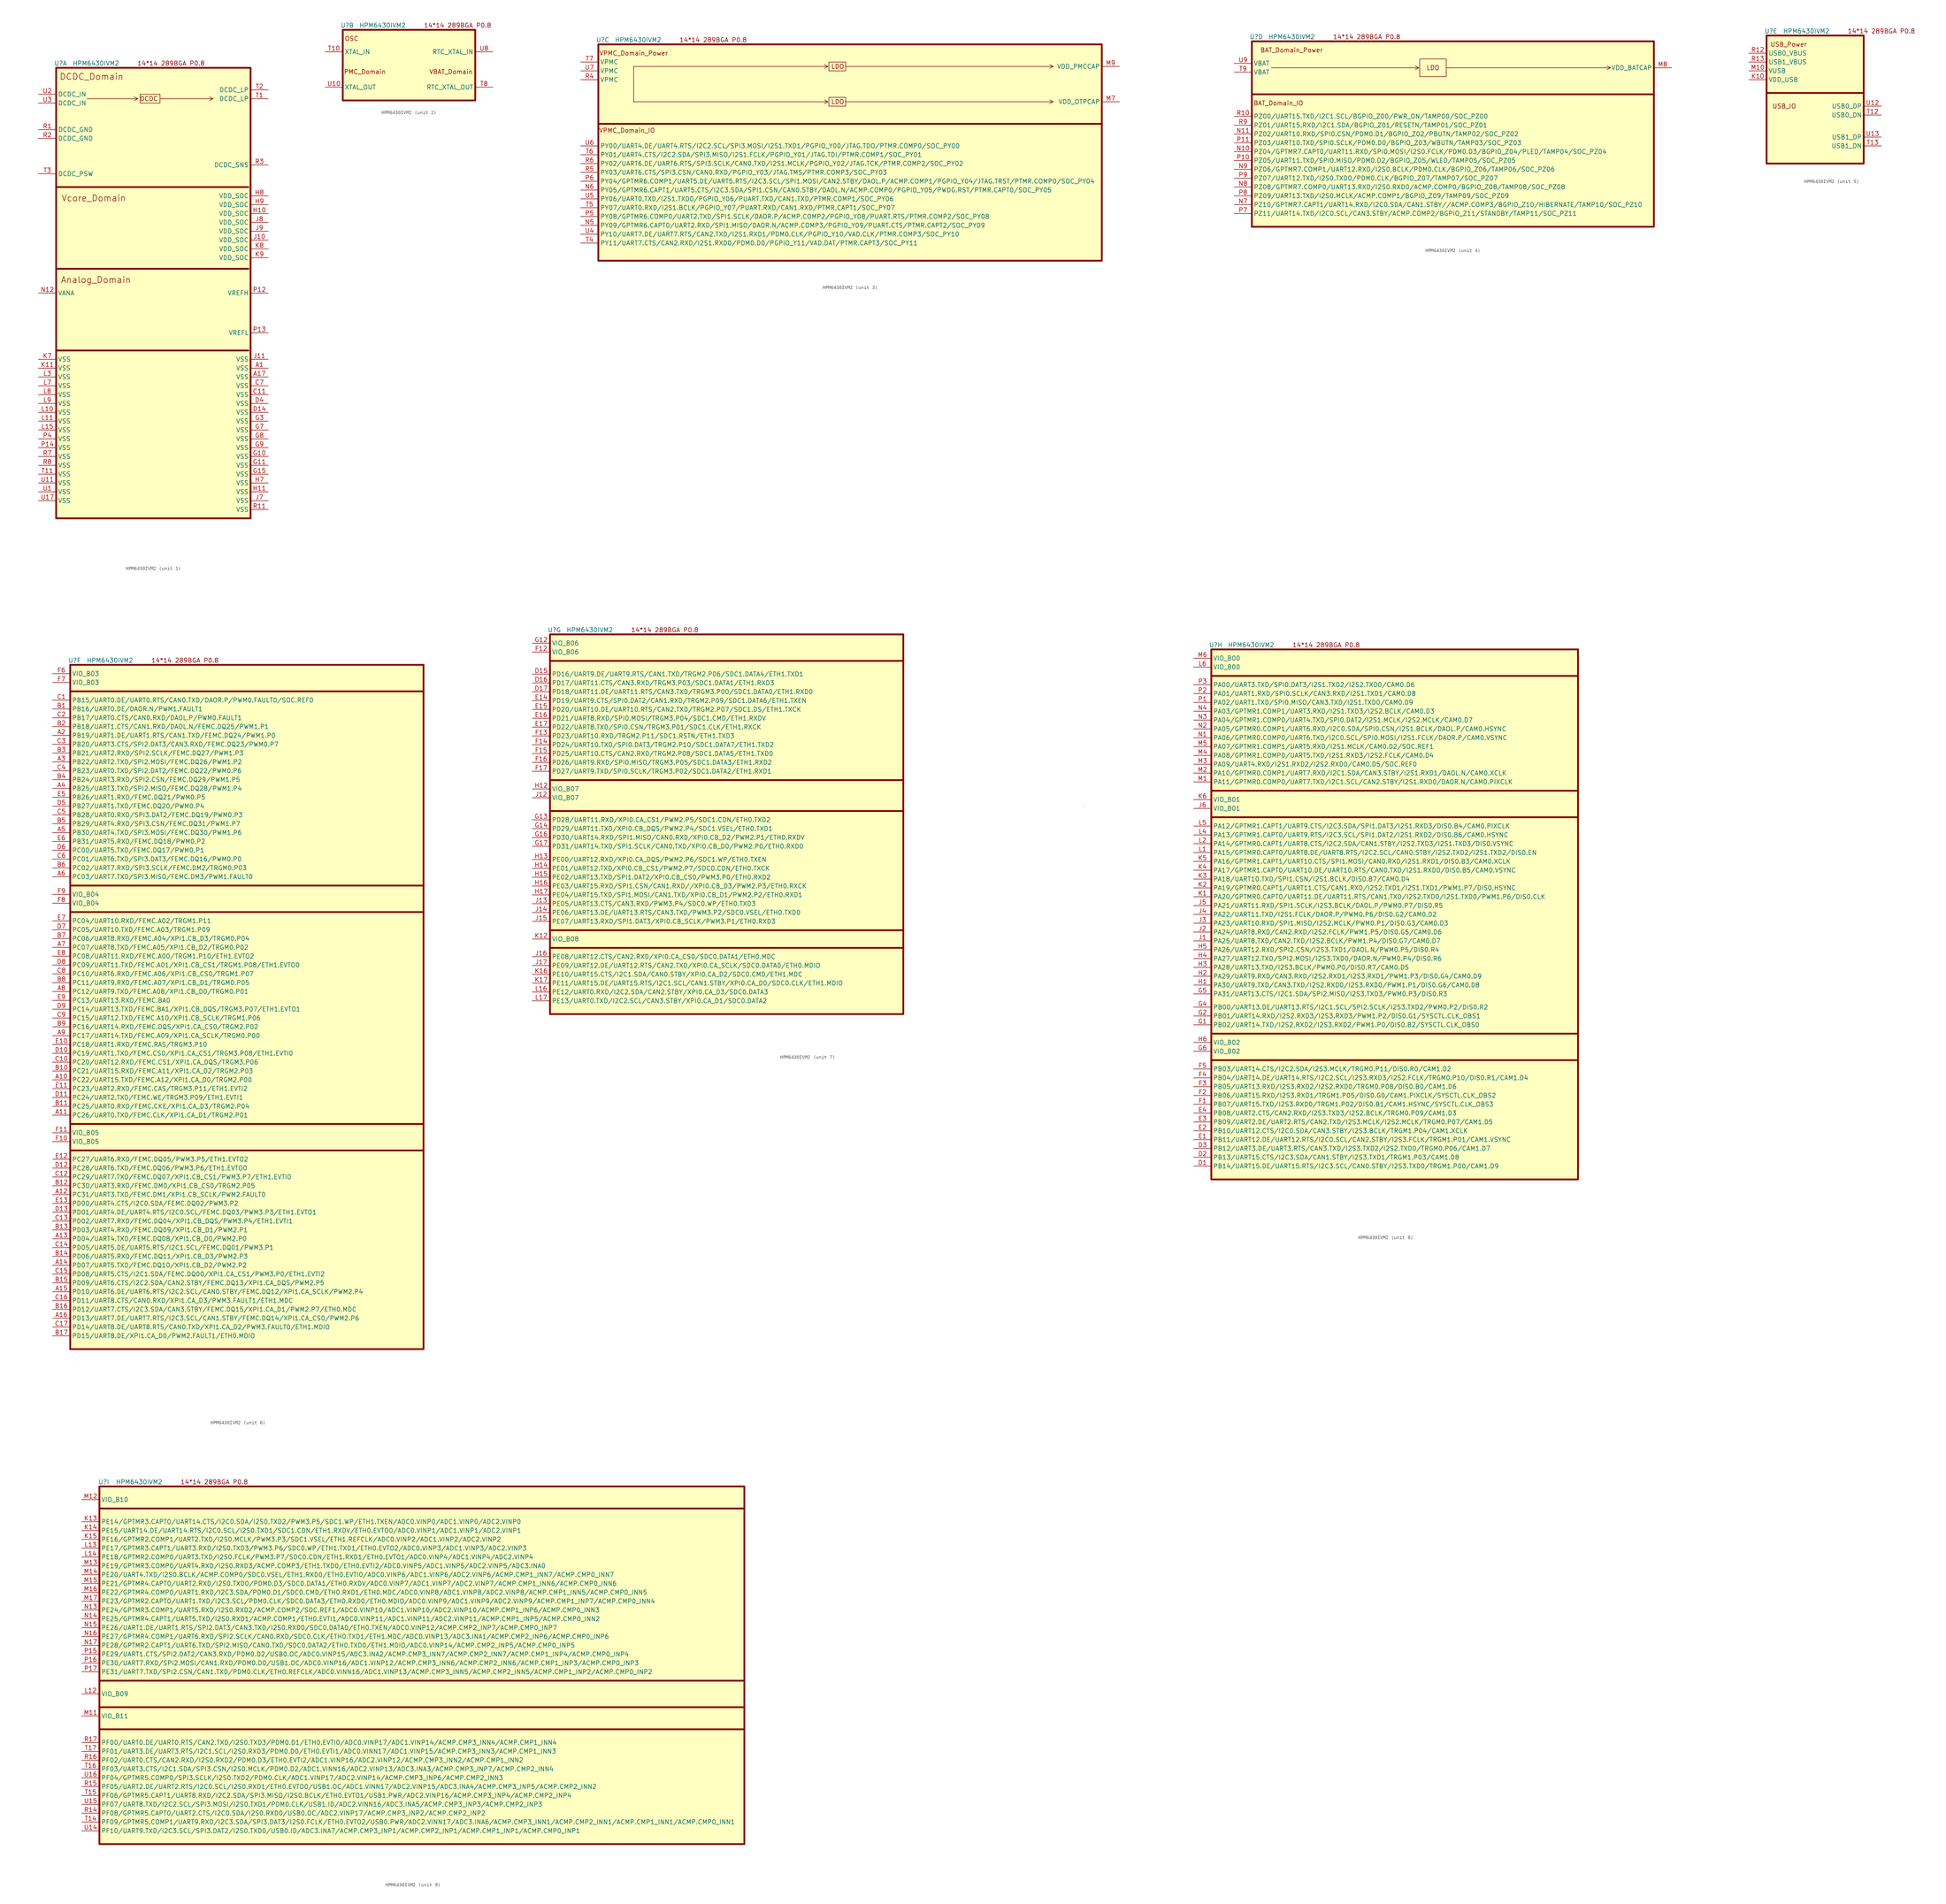
<source format=kicad_sym>
(kicad_symbol_lib
  (version 20220914)
  (generator kicad_symbol_editor)
  (symbol "HPM6430IVM2"
    (property "Reference" "U"
      (at 1.27 1.27 0)
      (effects (font (size 1.27 1.27))))
    (property "Value" "HPM6430IVM2"
      (at 11.43 1.27 0)
      (effects (font (size 1.27 1.27))))
    (property "ki_locked" ""
      (at 0 0 0)
      (effects (font (size 1.27 1.27))))
    (symbol "HPM6430IVM2_0_0"
      (text "14*14 289BGA P0.8" (at 33.02 1.27 0) (effects (font (size 1.27 1.27)))))
    (symbol "HPM6430IVM2_1_0"
      (polyline (pts (xy 8.89 -8.89) (xy 23.495 -8.89) (xy 22.479 -8.382) (xy 23.495 -8.89) (xy 22.479 -9.398)) (stroke (width 0) (type default)) (fill (type none)))
      (polyline (pts (xy 29.845 -8.89) (xy 45.085 -8.89) (xy 44.069 -8.382) (xy 45.085 -8.89) (xy 44.069 -9.398)) (stroke (width 0) (type default)) (fill (type none))))
    (symbol "HPM6430IVM2_1_1"
      (polyline (pts (xy 0 -81.28) (xy 55.245 -81.28)) (stroke (width 0.508) (type default)) (fill (type none)))
      (polyline (pts (xy 0 -57.785) (xy 55.245 -57.785)) (stroke (width 0.508) (type default)) (fill (type none)))
      (polyline (pts (xy 0 -34.29) (xy 55.245 -34.29)) (stroke (width 0.508) (type default)) (fill (type none)))
      (rectangle (start 0 0) (end 55.88 -129.54) (stroke (width 0.508) (type default)) (fill (type background)))
      (rectangle (start 24.13 -7.62) (end 29.845 -10.16) (stroke (width 0) (type default)) (fill (type none)))
      (text "Analog_Domain" (at 11.43 -60.96 0) (effects (font (size 1.778 1.778))))
      (text "DCDC" (at 26.67 -8.89 0) (effects (font (size 1.27 1.27))))
      (text "DCDC_Domain" (at 10.16 -2.54 0) (effects (font (size 1.778 1.778))))
      (text "Vcore_Domain" (at 10.795 -37.465 0) (effects (font (size 1.778 1.778))))
      (pin power_out line (at 60.96 -86.36 180) (length 5.08) (name "VSS" (effects (font (size 1.27 1.27)))) (number "A1" (effects (font (size 1.27 1.27)))))
      (pin power_out line (at 60.96 -88.9 180) (length 5.08) (name "VSS" (effects (font (size 1.27 1.27)))) (number "A17" (effects (font (size 1.27 1.27)))))
      (pin power_out line (at 60.96 -93.98 180) (length 5.08) (name "VSS" (effects (font (size 1.27 1.27)))) (number "C11" (effects (font (size 1.27 1.27)))))
      (pin power_out line (at 60.96 -91.44 180) (length 5.08) (name "VSS" (effects (font (size 1.27 1.27)))) (number "C7" (effects (font (size 1.27 1.27)))))
      (pin power_out line (at 60.96 -99.06 180) (length 5.08) (name "VSS" (effects (font (size 1.27 1.27)))) (number "D14" (effects (font (size 1.27 1.27)))))
      (pin power_out line (at 60.96 -96.52 180) (length 5.08) (name "VSS" (effects (font (size 1.27 1.27)))) (number "D4" (effects (font (size 1.27 1.27)))))
      (pin power_out line (at 60.96 -111.76 180) (length 5.08) (name "VSS" (effects (font (size 1.27 1.27)))) (number "G10" (effects (font (size 1.27 1.27)))))
      (pin power_out line (at 60.96 -114.3 180) (length 5.08) (name "VSS" (effects (font (size 1.27 1.27)))) (number "G11" (effects (font (size 1.27 1.27)))))
      (pin power_out line (at 60.96 -116.84 180) (length 5.08) (name "VSS" (effects (font (size 1.27 1.27)))) (number "G15" (effects (font (size 1.27 1.27)))))
      (pin power_out line (at 60.96 -101.6 180) (length 5.08) (name "VSS" (effects (font (size 1.27 1.27)))) (number "G3" (effects (font (size 1.27 1.27)))))
      (pin power_out line (at 60.96 -104.14 180) (length 5.08) (name "VSS" (effects (font (size 1.27 1.27)))) (number "G7" (effects (font (size 1.27 1.27)))))
      (pin power_out line (at 60.96 -106.68 180) (length 5.08) (name "VSS" (effects (font (size 1.27 1.27)))) (number "G8" (effects (font (size 1.27 1.27)))))
      (pin power_out line (at 60.96 -109.22 180) (length 5.08) (name "VSS" (effects (font (size 1.27 1.27)))) (number "G9" (effects (font (size 1.27 1.27)))))
      (pin power_in line (at 60.96 -41.91 180) (length 5.08) (name "VDD_SOC" (effects (font (size 1.27 1.27)))) (number "H10" (effects (font (size 1.27 1.27)))))
      (pin power_out line (at 60.96 -121.92 180) (length 5.08) (name "VSS" (effects (font (size 1.27 1.27)))) (number "H11" (effects (font (size 1.27 1.27)))))
      (pin power_out line (at 60.96 -119.38 180) (length 5.08) (name "VSS" (effects (font (size 1.27 1.27)))) (number "H7" (effects (font (size 1.27 1.27)))))
      (pin power_in line (at 60.96 -36.83 180) (length 5.08) (name "VDD_SOC" (effects (font (size 1.27 1.27)))) (number "H8" (effects (font (size 1.27 1.27)))))
      (pin power_in line (at 60.96 -39.37 180) (length 5.08) (name "VDD_SOC" (effects (font (size 1.27 1.27)))) (number "H9" (effects (font (size 1.27 1.27)))))
      (pin power_in line (at 60.96 -49.53 180) (length 5.08) (name "VDD_SOC" (effects (font (size 1.27 1.27)))) (number "J10" (effects (font (size 1.27 1.27)))))
      (pin power_out line (at 60.96 -83.82 180) (length 5.08) (name "VSS" (effects (font (size 1.27 1.27)))) (number "J11" (effects (font (size 1.27 1.27)))))
      (pin power_out line (at 60.96 -124.46 180) (length 5.08) (name "VSS" (effects (font (size 1.27 1.27)))) (number "J7" (effects (font (size 1.27 1.27)))))
      (pin power_in line (at 60.96 -44.45 180) (length 5.08) (name "VDD_SOC" (effects (font (size 1.27 1.27)))) (number "J8" (effects (font (size 1.27 1.27)))))
      (pin power_in line (at 60.96 -46.99 180) (length 5.08) (name "VDD_SOC" (effects (font (size 1.27 1.27)))) (number "J9" (effects (font (size 1.27 1.27)))))
      (pin power_out line (at -5.08 -86.36 0) (length 5.08) (name "VSS" (effects (font (size 1.27 1.27)))) (number "K11" (effects (font (size 1.27 1.27)))))
      (pin power_out line (at -5.08 -83.82 0) (length 5.08) (name "VSS" (effects (font (size 1.27 1.27)))) (number "K7" (effects (font (size 1.27 1.27)))))
      (pin power_in line (at 60.96 -52.07 180) (length 5.08) (name "VDD_SOC" (effects (font (size 1.27 1.27)))) (number "K8" (effects (font (size 1.27 1.27)))))
      (pin power_in line (at 60.96 -54.61 180) (length 5.08) (name "VDD_SOC" (effects (font (size 1.27 1.27)))) (number "K9" (effects (font (size 1.27 1.27)))))
      (pin power_out line (at -5.08 -99.06 0) (length 5.08) (name "VSS" (effects (font (size 1.27 1.27)))) (number "L10" (effects (font (size 1.27 1.27)))))
      (pin power_out line (at -5.08 -101.6 0) (length 5.08) (name "VSS" (effects (font (size 1.27 1.27)))) (number "L11" (effects (font (size 1.27 1.27)))))
      (pin power_out line (at -5.08 -104.14 0) (length 5.08) (name "VSS" (effects (font (size 1.27 1.27)))) (number "L15" (effects (font (size 1.27 1.27)))))
      (pin power_out line (at -5.08 -88.9 0) (length 5.08) (name "VSS" (effects (font (size 1.27 1.27)))) (number "L3" (effects (font (size 1.27 1.27)))))
      (pin power_out line (at -5.08 -91.44 0) (length 5.08) (name "VSS" (effects (font (size 1.27 1.27)))) (number "L7" (effects (font (size 1.27 1.27)))))
      (pin power_out line (at -5.08 -93.98 0) (length 5.08) (name "VSS" (effects (font (size 1.27 1.27)))) (number "L8" (effects (font (size 1.27 1.27)))))
      (pin power_out line (at -5.08 -96.52 0) (length 5.08) (name "VSS" (effects (font (size 1.27 1.27)))) (number "L9" (effects (font (size 1.27 1.27)))))
      (pin power_in line (at -5.08 -64.77 0) (length 5.08) (name "VANA" (effects (font (size 1.27 1.27)))) (number "N12" (effects (font (size 1.27 1.27)))))
      (pin power_in line (at 60.96 -64.77 180) (length 5.08) (name "VREFH" (effects (font (size 1.27 1.27)))) (number "P12" (effects (font (size 1.27 1.27)))))
      (pin power_out line (at 60.96 -76.2 180) (length 5.08) (name "VREFL" (effects (font (size 1.27 1.27)))) (number "P13" (effects (font (size 1.27 1.27)))))
      (pin power_out line (at -5.08 -109.22 0) (length 5.08) (name "VSS" (effects (font (size 1.27 1.27)))) (number "P14" (effects (font (size 1.27 1.27)))))
      (pin power_out line (at -5.08 -106.68 0) (length 5.08) (name "VSS" (effects (font (size 1.27 1.27)))) (number "P4" (effects (font (size 1.27 1.27)))))
      (pin power_out line (at -5.08 -17.78 0) (length 5.08) (name "DCDC_GND" (effects (font (size 1.27 1.27)))) (number "R1" (effects (font (size 1.27 1.27)))))
      (pin power_out line (at 60.96 -127 180) (length 5.08) (name "VSS" (effects (font (size 1.27 1.27)))) (number "R11" (effects (font (size 1.27 1.27)))))
      (pin power_out line (at -5.08 -20.32 0) (length 5.08) (name "DCDC_GND" (effects (font (size 1.27 1.27)))) (number "R2" (effects (font (size 1.27 1.27)))))
      (pin power_in line (at 60.96 -27.94 180) (length 5.08) (name "DCDC_SNS" (effects (font (size 1.27 1.27)))) (number "R3" (effects (font (size 1.27 1.27)))))
      (pin power_out line (at -5.08 -111.76 0) (length 5.08) (name "VSS" (effects (font (size 1.27 1.27)))) (number "R7" (effects (font (size 1.27 1.27)))))
      (pin power_out line (at -5.08 -114.3 0) (length 5.08) (name "VSS" (effects (font (size 1.27 1.27)))) (number "R8" (effects (font (size 1.27 1.27)))))
      (pin power_out line (at 60.96 -8.89 180) (length 5.08) (name "DCDC_LP" (effects (font (size 1.27 1.27)))) (number "T1" (effects (font (size 1.27 1.27)))))
      (pin power_out line (at -5.08 -116.84 0) (length 5.08) (name "VSS" (effects (font (size 1.27 1.27)))) (number "T11" (effects (font (size 1.27 1.27)))))
      (pin power_out line (at 60.96 -6.35 180) (length 5.08) (name "DCDC_LP" (effects (font (size 1.27 1.27)))) (number "T2" (effects (font (size 1.27 1.27)))))
      (pin power_in line (at -5.08 -30.48 0) (length 5.08) (name "DCDC_PSW" (effects (font (size 1.27 1.27)))) (number "T3" (effects (font (size 1.27 1.27)))))
      (pin power_out line (at -5.08 -121.92 0) (length 5.08) (name "VSS" (effects (font (size 1.27 1.27)))) (number "U1" (effects (font (size 1.27 1.27)))))
      (pin power_out line (at -5.08 -119.38 0) (length 5.08) (name "VSS" (effects (font (size 1.27 1.27)))) (number "U11" (effects (font (size 1.27 1.27)))))
      (pin power_out line (at -5.08 -124.46 0) (length 5.08) (name "VSS" (effects (font (size 1.27 1.27)))) (number "U17" (effects (font (size 1.27 1.27)))))
      (pin power_in line (at -5.08 -7.62 0) (length 5.08) (name "DCDC_IN" (effects (font (size 1.27 1.27)))) (number "U2" (effects (font (size 1.27 1.27)))))
      (pin power_in line (at -5.08 -10.16 0) (length 5.08) (name "DCDC_IN" (effects (font (size 1.27 1.27)))) (number "U3" (effects (font (size 1.27 1.27))))))
    (symbol "HPM6430IVM2_2_1"
      (rectangle (start 0 0) (end 38.1 -20.32) (stroke (width 0.508) (type default)) (fill (type background)))
      (text "OSC" (at 2.54 -2.54 0) (effects (font (size 1.27 1.27))))
      (text "PMC_Domain" (at 6.35 -12.065 0) (effects (font (size 1.27 1.27))))
      (text "VBAT_Domain" (at 31.115 -12.065 0) (effects (font (size 1.27 1.27))))
      (pin input line (at -5.08 -6.35 0) (length 5.08) (name "XTAL_IN" (effects (font (size 1.27 1.27)))) (number "T10" (effects (font (size 1.27 1.27)))))
      (pin output line (at 43.18 -16.51 180) (length 5.08) (name "RTC_XTAL_OUT" (effects (font (size 1.27 1.27)))) (number "T8" (effects (font (size 1.27 1.27)))))
      (pin output line (at -5.08 -16.51 0) (length 5.08) (name "XTAL_OUT" (effects (font (size 1.27 1.27)))) (number "U10" (effects (font (size 1.27 1.27)))))
      (pin input line (at 43.18 -6.35 180) (length 5.08) (name "RTC_XTAL_IN" (effects (font (size 1.27 1.27)))) (number "U8" (effects (font (size 1.27 1.27))))))
    (symbol "HPM6430IVM2_3_0"
      (polyline (pts (xy 10.16 -6.35) (xy 10.16 -16.51) (xy 10.414 -16.51)) (stroke (width 0) (type default)) (fill (type none)))
      (polyline (pts (xy 10.16 -16.51) (xy 66.04 -16.51) (xy 65.024 -16.002) (xy 66.04 -16.51) (xy 65.024 -17.018)) (stroke (width 0) (type default)) (fill (type none)))
      (polyline (pts (xy 10.16 -6.35) (xy 66.04 -6.35) (xy 65.024 -5.842) (xy 66.04 -6.35) (xy 65.024 -6.858)) (stroke (width 0) (type default)) (fill (type none)))
      (polyline (pts (xy 71.12 -16.51) (xy 130.81 -16.51) (xy 129.794 -16.002) (xy 130.81 -16.51) (xy 129.794 -17.018)) (stroke (width 0) (type default)) (fill (type none)))
      (polyline (pts (xy 71.12 -6.35) (xy 130.81 -6.35) (xy 129.794 -5.842) (xy 130.81 -6.35) (xy 129.794 -6.858)) (stroke (width 0) (type default)) (fill (type none))))
    (symbol "HPM6430IVM2_3_1"
      (polyline (pts (xy 0 -22.86) (xy 144.78 -22.86)) (stroke (width 0.508) (type default)) (fill (type none)))
      (rectangle (start 0 0) (end 144.78 -62.23) (stroke (width 0.508) (type default)) (fill (type background)))
      (rectangle (start 66.294 -15.24) (end 71.12 -17.78) (stroke (width 0) (type default)) (fill (type none)))
      (rectangle (start 66.294 -5.08) (end 71.12 -7.62) (stroke (width 0) (type default)) (fill (type none)))
      (text "LDO" (at 68.834 -16.51 0) (effects (font (size 1.27 1.27))))
      (text "LDO" (at 68.834 -6.35 0) (effects (font (size 1.27 1.27))))
      (text "VPMC_Domain_IO" (at 8.255 -24.765 0) (effects (font (size 1.27 1.27))))
      (text "VPMC_Domain_Power" (at 10.16 -2.54 0) (effects (font (size 1.27 1.27))))
      (pin power_out line (at 149.86 -16.51 180) (length 5.08) (name "VDD_OTPCAP" (effects (font (size 1.27 1.27)))) (number "M7" (effects (font (size 1.27 1.27)))))
      (pin power_out line (at 149.86 -6.35 180) (length 5.08) (name "VDD_PMCCAP" (effects (font (size 1.27 1.27)))) (number "M9" (effects (font (size 1.27 1.27)))))
      (pin bidirectional line (at -5.08 -52.07 0) (length 5.08) (name "PY09/GPTMR6.CAPT0/UART2.RXD/SPI1.MISO/DAOR.N/ACMP.COMP3/PGPIO_Y09/PUART.CTS/PTMR.CAPT2/SOC_PY09" (effects (font (size 1.27 1.27)))) (number "N5" (effects (font (size 1.27 1.27)))))
      (pin bidirectional line (at -5.08 -41.91 0) (length 5.08) (name "PY05/GPTMR6.CAPT1/UART5.CTS/I2C3.SDA/SPI1.CSN/CAN0.STBY/DAOL.N/ACMP.COMP0/PGPIO_Y05/PWDG.RST/PTMR.CAPT0/SOC_PY05" (effects (font (size 1.27 1.27)))) (number "N6" (effects (font (size 1.27 1.27)))))
      (pin bidirectional line (at -5.08 -49.53 0) (length 5.08) (name "PY08/GPTMR6.COMP0/UART2.TXD/SPI1.SCLK/DAOR.P/ACMP.COMP2/PGPIO_Y08/PUART.RTS/PTMR.COMP2/SOC_PY08" (effects (font (size 1.27 1.27)))) (number "P5" (effects (font (size 1.27 1.27)))))
      (pin bidirectional line (at -5.08 -39.37 0) (length 5.08) (name "PY04/GPTMR6.COMP1/UART5.DE/UART5.RTS/I2C3.SCL/SPI1.MOSI/CAN2.STBY/DAOL.P/ACMP.COMP1/PGPIO_Y04/JTAG.TRST/PTMR.COMP0/SOC_PY04" (effects (font (size 1.27 1.27)))) (number "P6" (effects (font (size 1.27 1.27)))))
      (pin power_in line (at -5.08 -10.16 0) (length 5.08) (name "VPMC" (effects (font (size 1.27 1.27)))) (number "R4" (effects (font (size 1.27 1.27)))))
      (pin bidirectional line (at -5.08 -36.83 0) (length 5.08) (name "PY03/UART6.CTS/SPI3.CSN/CAN0.RXD/PGPIO_Y03/JTAG.TMS/PTMR.COMP3/SOC_PY03" (effects (font (size 1.27 1.27)))) (number "R5" (effects (font (size 1.27 1.27)))))
      (pin bidirectional line (at -5.08 -34.29 0) (length 5.08) (name "PY02/UART6.DE/UART6.RTS/SPI3.SCLK/CAN0.TXD/I2S1.MCLK/PGPIO_Y02/JTAG.TCK/PTMR.COMP2/SOC_PY02" (effects (font (size 1.27 1.27)))) (number "R6" (effects (font (size 1.27 1.27)))))
      (pin bidirectional line (at -5.08 -57.15 0) (length 5.08) (name "PY11/UART7.CTS/CAN2.RXD/I2S1.RXD0/PDM0.D0/PGPIO_Y11/VAD.DAT/PTMR.CAPT3/SOC_PY11" (effects (font (size 1.27 1.27)))) (number "T4" (effects (font (size 1.27 1.27)))))
      (pin bidirectional line (at -5.08 -46.99 0) (length 5.08) (name "PY07/UART0.RXD/I2S1.BCLK/PGPIO_Y07/PUART.RXD/CAN1.RXD/PTMR.CAPT1/SOC_PY07" (effects (font (size 1.27 1.27)))) (number "T5" (effects (font (size 1.27 1.27)))))
      (pin bidirectional line (at -5.08 -31.75 0) (length 5.08) (name "PY01/UART4.CTS/I2C2.SDA/SPI3.MISO/I2S1.FCLK/PGPIO_Y01/JTAG.TDI/PTMR.COMP1/SOC_PY01" (effects (font (size 1.27 1.27)))) (number "T6" (effects (font (size 1.27 1.27)))))
      (pin power_in line (at -5.08 -5.08 0) (length 5.08) (name "VPMC" (effects (font (size 1.27 1.27)))) (number "T7" (effects (font (size 1.27 1.27)))))
      (pin bidirectional line (at -5.08 -54.61 0) (length 5.08) (name "PY10/UART7.DE/UART7.RTS/CAN2.TXD/I2S1.RXD1/PDM0.CLK/PGPIO_Y10/VAD.CLK/PTMR.COMP3/SOC_PY10" (effects (font (size 1.27 1.27)))) (number "U4" (effects (font (size 1.27 1.27)))))
      (pin bidirectional line (at -5.08 -44.45 0) (length 5.08) (name "PY06/UART0.TXD/I2S1.TXD0/PGPIO_Y06/PUART.TXD/CAN1.TXD/PTMR.COMP1/SOC_PY06" (effects (font (size 1.27 1.27)))) (number "U5" (effects (font (size 1.27 1.27)))))
      (pin bidirectional line (at -5.08 -29.21 0) (length 5.08) (name "PY00/UART4.DE/UART4.RTS/I2C2.SCL/SPI3.MOSI/I2S1.TXD1/PGPIO_Y00/JTAG.TDO/PTMR.COMP0/SOC_PY00" (effects (font (size 1.27 1.27)))) (number "U6" (effects (font (size 1.27 1.27)))))
      (pin power_in line (at -5.08 -7.62 0) (length 5.08) (name "VPMC" (effects (font (size 1.27 1.27)))) (number "U7" (effects (font (size 1.27 1.27))))))
    (symbol "HPM6430IVM2_4_0"
      (polyline (pts (xy 0 -15.24) (xy 115.57 -15.24)) (stroke (width 0.508) (type default)) (fill (type none)))
      (polyline (pts (xy 5.588 -7.62) (xy 48.006 -7.62) (xy 46.99 -7.112) (xy 48.006 -7.62) (xy 46.99 -8.128)) (stroke (width 0) (type default)) (fill (type none)))
      (polyline (pts (xy 55.88 -7.62) (xy 103.124 -7.62) (xy 102.108 -7.112) (xy 103.124 -7.62) (xy 102.108 -8.128)) (stroke (width 0) (type default)) (fill (type none)))
      (rectangle (start 48.26 -5.08) (end 55.88 -10.16) (stroke (width 0) (type default)) (fill (type none))))
    (symbol "HPM6430IVM2_4_1"
      (rectangle (start 0 0) (end 115.57 -53.34) (stroke (width 0.508) (type default)) (fill (type background)))
      (text "BAT_Domain_IO" (at 7.62 -17.78 0) (effects (font (size 1.27 1.27))))
      (text "BAT_Domain_Power" (at 11.43 -2.54 0) (effects (font (size 1.27 1.27))))
      (text "LDO" (at 52.07 -7.62 0) (effects (font (size 1.27 1.27))))
      (pin power_out line (at 120.65 -7.62 180) (length 5.08) (name "VDD_BATCAP" (effects (font (size 1.27 1.27)))) (number "M8" (effects (font (size 1.27 1.27)))))
      (pin bidirectional line (at -5.08 -31.75 0) (length 5.08) (name "PZ04/GPTMR7.CAPT0/UART11.RXD/SPI0.MOSI/I2S0.FCLK/PDM0.D3/BGPIO_Z04/PLED/TAMP04/SOC_PZ04" (effects (font (size 1.27 1.27)))) (number "N10" (effects (font (size 1.27 1.27)))))
      (pin bidirectional line (at -5.08 -26.67 0) (length 5.08) (name "PZ02/UART10.RXD/SPI0.CSN/PDM0.D1/BGPIO_Z02/PBUTN/TAMP02/SOC_PZ02" (effects (font (size 1.27 1.27)))) (number "N11" (effects (font (size 1.27 1.27)))))
      (pin bidirectional line (at -5.08 -46.99 0) (length 5.08) (name "PZ10/GPTMR7.CAPT1/UART14.RXD/I2C0.SDA/CAN1.STBY//ACMP.COMP3/BGPIO_Z10/HIBERNATE/TAMP10/SOC_PZ10" (effects (font (size 1.27 1.27)))) (number "N7" (effects (font (size 1.27 1.27)))))
      (pin bidirectional line (at -5.08 -41.91 0) (length 5.08) (name "PZ08/GPTMR7.COMP0/UART13.RXD/I2S0.RXD0/ACMP.COMP0/BGPIO_Z08/TAMP08/SOC_PZ08" (effects (font (size 1.27 1.27)))) (number "N8" (effects (font (size 1.27 1.27)))))
      (pin bidirectional line (at -5.08 -36.83 0) (length 5.08) (name "PZ06/GPTMR7.COMP1/UART12.RXD/I2S0.BCLK/PDM0.CLK/BGPIO_Z06/TAMP06/SOC_PZ06" (effects (font (size 1.27 1.27)))) (number "N9" (effects (font (size 1.27 1.27)))))
      (pin bidirectional line (at -5.08 -34.29 0) (length 5.08) (name "PZ05/UART11.TXD/SPI0.MISO/PDM0.D2/BGPIO_Z05/WLED/TAMP05/SOC_PZ05" (effects (font (size 1.27 1.27)))) (number "P10" (effects (font (size 1.27 1.27)))))
      (pin bidirectional line (at -5.08 -29.21 0) (length 5.08) (name "PZ03/UART10.TXD/SPI0.SCLK/PDM0.D0/BGPIO_Z03/WBUTN/TAMP03/SOC_PZ03" (effects (font (size 1.27 1.27)))) (number "P11" (effects (font (size 1.27 1.27)))))
      (pin bidirectional line (at -5.08 -49.53 0) (length 5.08) (name "PZ11/UART14.TXD/I2C0.SCL/CAN3.STBY/ACMP.COMP2/BGPIO_Z11/STANDBY/TAMP11/SOC_PZ11" (effects (font (size 1.27 1.27)))) (number "P7" (effects (font (size 1.27 1.27)))))
      (pin bidirectional line (at -5.08 -44.45 0) (length 5.08) (name "PZ09/UART13.TXD/I2S0.MCLK/ACMP.COMP1/BGPIO_Z09/TAMP09/SOC_PZ09" (effects (font (size 1.27 1.27)))) (number "P8" (effects (font (size 1.27 1.27)))))
      (pin bidirectional line (at -5.08 -39.37 0) (length 5.08) (name "PZ07/UART12.TXD/I2S0.TXD0/PDM0.CLK/BGPIO_Z07/TAMP07/SOC_PZ07" (effects (font (size 1.27 1.27)))) (number "P9" (effects (font (size 1.27 1.27)))))
      (pin bidirectional line (at -5.08 -21.59 0) (length 5.08) (name "PZ00/UART15.TXD/I2C1.SCL/BGPIO_Z00/PWR_ON/TAMP00/SOC_PZ00" (effects (font (size 1.27 1.27)))) (number "R10" (effects (font (size 1.27 1.27)))))
      (pin bidirectional line (at -5.08 -24.13 0) (length 5.08) (name "PZ01/UART15.RXD/I2C1.SDA/BGPIO_Z01/RESETN/TAMP01/SOC_PZ01" (effects (font (size 1.27 1.27)))) (number "R9" (effects (font (size 1.27 1.27)))))
      (pin power_in line (at -5.08 -8.89 0) (length 5.08) (name "VBAT" (effects (font (size 1.27 1.27)))) (number "T9" (effects (font (size 1.27 1.27)))))
      (pin power_in line (at -5.08 -6.35 0) (length 5.08) (name "VBAT" (effects (font (size 1.27 1.27)))) (number "U9" (effects (font (size 1.27 1.27))))))
    (symbol "HPM6430IVM2_5_1"
      (polyline (pts (xy 0 -16.51) (xy 27.94 -16.51)) (stroke (width 0.508) (type default)) (fill (type none)))
      (polyline (pts (xy 25.4 -16.51) (xy 26.67 -16.51)) (stroke (width 0) (type default)) (fill (type none)))
      (rectangle (start 0 0) (end 27.94 -36.83) (stroke (width 0.508) (type default)) (fill (type background)))
      (text "USB_IO" (at 5.08 -20.32 0) (effects (font (size 1.27 1.27))))
      (text "USB_Power" (at 6.35 -2.54 0) (effects (font (size 1.27 1.27))))
      (pin power_out line (at -5.08 -12.7 0) (length 5.08) (name "VDD_USB" (effects (font (size 1.27 1.27)))) (number "K10" (effects (font (size 1.27 1.27)))))
      (pin power_in line (at -5.08 -10.16 0) (length 5.08) (name "VUSB" (effects (font (size 1.27 1.27)))) (number "M10" (effects (font (size 1.27 1.27)))))
      (pin power_in line (at -5.08 -5.08 0) (length 5.08) (name "USB0_VBUS" (effects (font (size 1.27 1.27)))) (number "R12" (effects (font (size 1.27 1.27)))))
      (pin power_in line (at -5.08 -7.62 0) (length 5.08) (name "USB1_VBUS" (effects (font (size 1.27 1.27)))) (number "R13" (effects (font (size 1.27 1.27)))))
      (pin bidirectional line (at 33.02 -22.86 180) (length 5.08) (name "USB0_DN" (effects (font (size 1.27 1.27)))) (number "T12" (effects (font (size 1.27 1.27)))))
      (pin bidirectional line (at 33.02 -31.75 180) (length 5.08) (name "USB1_DN" (effects (font (size 1.27 1.27)))) (number "T13" (effects (font (size 1.27 1.27)))))
      (pin bidirectional line (at 33.02 -20.32 180) (length 5.08) (name "USB0_DP" (effects (font (size 1.27 1.27)))) (number "U12" (effects (font (size 1.27 1.27)))))
      (pin bidirectional line (at 33.02 -29.21 180) (length 5.08) (name "USB1_DP" (effects (font (size 1.27 1.27)))) (number "U13" (effects (font (size 1.27 1.27))))))
    (symbol "HPM6430IVM2_6_1"
      (polyline (pts (xy 0 -139.7) (xy 101.6 -139.7)) (stroke (width 0.508) (type default)) (fill (type background)))
      (polyline (pts (xy 0 -132.08) (xy 101.6 -132.08)) (stroke (width 0.508) (type default)) (fill (type background)))
      (polyline (pts (xy 0 -71.12) (xy 101.6 -71.12)) (stroke (width 0.508) (type default)) (fill (type background)))
      (polyline (pts (xy 0 -63.5) (xy 101.6 -63.5)) (stroke (width 0.508) (type default)) (fill (type background)))
      (polyline (pts (xy 0 -7.62) (xy 101.6 -7.62)) (stroke (width 0.508) (type default)) (fill (type background)))
      (rectangle (start 0 0) (end 101.6 -196.85) (stroke (width 0.508) (type default)) (fill (type background)))
      (pin bidirectional line (at -5.08 -119.38 0) (length 5.08) (name "PC22/UART15.TXD/FEMC.A12/XPI1.CA_D0/TRGM2.P00" (effects (font (size 1.27 1.27)))) (number "A10" (effects (font (size 1.27 1.27)))))
      (pin bidirectional line (at -5.08 -129.54 0) (length 5.08) (name "PC26/UART0.TXD/FEMC.CLK/XPI1.CA_D1/TRGM2.P01" (effects (font (size 1.27 1.27)))) (number "A11" (effects (font (size 1.27 1.27)))))
      (pin bidirectional line (at -5.08 -152.4 0) (length 5.08) (name "PC31/UART3.TXD/FEMC.DM1/XPI1.CB_SCLK/PWM2.FAULT0" (effects (font (size 1.27 1.27)))) (number "A12" (effects (font (size 1.27 1.27)))))
      (pin bidirectional line (at -5.08 -165.1 0) (length 5.08) (name "PD04/UART4.TXD/FEMC.DQ08/XPI1.CB_D0/PWM2.P0" (effects (font (size 1.27 1.27)))) (number "A13" (effects (font (size 1.27 1.27)))))
      (pin bidirectional line (at -5.08 -172.72 0) (length 5.08) (name "PD07/UART5.TXD/FEMC.DQ10/XPI1.CB_D2/PWM2.P2" (effects (font (size 1.27 1.27)))) (number "A14" (effects (font (size 1.27 1.27)))))
      (pin bidirectional line (at -5.08 -180.34 0) (length 5.08) (name "PD10/UART6.DE/UART6.RTS/I2C2.SCL/CAN0.STBY/FEMC.DQ12/XPI1.CA_SCLK/PWM2.P4" (effects (font (size 1.27 1.27)))) (number "A15" (effects (font (size 1.27 1.27)))))
      (pin bidirectional line (at -5.08 -187.96 0) (length 5.08) (name "PD13/UART7.DE/UART7.RTS/I2C3.SCL/CAN1.STBY/FEMC.DQ14/XPI1.CA_CS0/PWM2.P6" (effects (font (size 1.27 1.27)))) (number "A16" (effects (font (size 1.27 1.27)))))
      (pin bidirectional line (at -5.08 -20.32 0) (length 5.08) (name "PB19/UART1.DE/UART1.RTS/CAN1.TXD/FEMC.DQ24/PWM1.P0" (effects (font (size 1.27 1.27)))) (number "A2" (effects (font (size 1.27 1.27)))))
      (pin bidirectional line (at -5.08 -27.94 0) (length 5.08) (name "PB22/UART2.TXD/SPI2.MOSI/FEMC.DQ26/PWM1.P2" (effects (font (size 1.27 1.27)))) (number "A3" (effects (font (size 1.27 1.27)))))
      (pin bidirectional line (at -5.08 -35.56 0) (length 5.08) (name "PB25/UART3.TXD/SPI2.MISO/FEMC.DQ28/PWM1.P4" (effects (font (size 1.27 1.27)))) (number "A4" (effects (font (size 1.27 1.27)))))
      (pin bidirectional line (at -5.08 -48.26 0) (length 5.08) (name "PB30/UART4.TXD/SPI3.MOSI/FEMC.DQ30/PWM1.P6" (effects (font (size 1.27 1.27)))) (number "A5" (effects (font (size 1.27 1.27)))))
      (pin bidirectional line (at -5.08 -60.96 0) (length 5.08) (name "PC03/UART7.TXD/SPI3.MISO/FEMC.DM3/PWM1.FAULT0" (effects (font (size 1.27 1.27)))) (number "A6" (effects (font (size 1.27 1.27)))))
      (pin bidirectional line (at -5.08 -81.28 0) (length 5.08) (name "PC07/UART8.TXD/FEMC.A05/XPI1.CB_D2/TRGM0.P02" (effects (font (size 1.27 1.27)))) (number "A7" (effects (font (size 1.27 1.27)))))
      (pin bidirectional line (at -5.08 -93.98 0) (length 5.08) (name "PC12/UART9.TXD/FEMC.A08/XPI1.CB_D0/TRGM0.P01" (effects (font (size 1.27 1.27)))) (number "A8" (effects (font (size 1.27 1.27)))))
      (pin bidirectional line (at -5.08 -106.68 0) (length 5.08) (name "PC17/UART14.TXD/FEMC.A09/XPI1.CA_SCLK/TRGM0.P00" (effects (font (size 1.27 1.27)))) (number "A9" (effects (font (size 1.27 1.27)))))
      (pin bidirectional line (at -5.08 -12.7 0) (length 5.08) (name "PB16/UART0.DE/DAOR.N/PWM1.FAULT1" (effects (font (size 1.27 1.27)))) (number "B1" (effects (font (size 1.27 1.27)))))
      (pin bidirectional line (at -5.08 -116.84 0) (length 5.08) (name "PC21/UART15.RXD/FEMC.A11/XPI1.CA_D2/TRGM2.P03" (effects (font (size 1.27 1.27)))) (number "B10" (effects (font (size 1.27 1.27)))))
      (pin bidirectional line (at -5.08 -127 0) (length 5.08) (name "PC25/UART0.RXD/FEMC.CKE/XPI1.CA_D3/TRGM2.P04" (effects (font (size 1.27 1.27)))) (number "B11" (effects (font (size 1.27 1.27)))))
      (pin bidirectional line (at -5.08 -149.86 0) (length 5.08) (name "PC30/UART3.RXD/FEMC.DM0/XPI1.CB_CS0/TRGM2.P05" (effects (font (size 1.27 1.27)))) (number "B12" (effects (font (size 1.27 1.27)))))
      (pin bidirectional line (at -5.08 -162.56 0) (length 5.08) (name "PD03/UART4.RXD/FEMC.DQ09/XPI1.CB_D1/PWM2.P1" (effects (font (size 1.27 1.27)))) (number "B13" (effects (font (size 1.27 1.27)))))
      (pin bidirectional line (at -5.08 -170.18 0) (length 5.08) (name "PD06/UART5.RXD/FEMC.DQ11/XPI1.CB_D3/PWM2.P3" (effects (font (size 1.27 1.27)))) (number "B14" (effects (font (size 1.27 1.27)))))
      (pin bidirectional line (at -5.08 -177.8 0) (length 5.08) (name "PD09/UART6.CTS/I2C2.SDA/CAN2.STBY/FEMC.DQ13/XPI1.CA_DQS/PWM2.P5" (effects (font (size 1.27 1.27)))) (number "B15" (effects (font (size 1.27 1.27)))))
      (pin bidirectional line (at -5.08 -185.42 0) (length 5.08) (name "PD12/UART7.CTS/I2C3.SDA/CAN3.STBY/FEMC.DQ15/XPI1.CA_D1/PWM2.P7/ETH0.MDC" (effects (font (size 1.27 1.27)))) (number "B16" (effects (font (size 1.27 1.27)))))
      (pin bidirectional line (at -5.08 -193.04 0) (length 5.08) (name "PD15/UART8.DE/XPI1.CA_D0/PWM2.FAULT1/ETH0.MDIO" (effects (font (size 1.27 1.27)))) (number "B17" (effects (font (size 1.27 1.27)))))
      (pin bidirectional line (at -5.08 -17.78 0) (length 5.08) (name "PB18/UART1.CTS/CAN1.RXD/DAOL.N/FEMC.DQ25/PWM1.P1" (effects (font (size 1.27 1.27)))) (number "B2" (effects (font (size 1.27 1.27)))))
      (pin bidirectional line (at -5.08 -25.4 0) (length 5.08) (name "PB21/UART2.RXD/SPI2.SCLK/FEMC.DQ27/PWM1.P3" (effects (font (size 1.27 1.27)))) (number "B3" (effects (font (size 1.27 1.27)))))
      (pin bidirectional line (at -5.08 -33.02 0) (length 5.08) (name "PB24/UART3.RXD/SPI2.CSN/FEMC.DQ29/PWM1.P5" (effects (font (size 1.27 1.27)))) (number "B4" (effects (font (size 1.27 1.27)))))
      (pin bidirectional line (at -5.08 -45.72 0) (length 5.08) (name "PB29/UART4.RXD/SPI3.CSN/FEMC.DQ31/PWM1.P7" (effects (font (size 1.27 1.27)))) (number "B5" (effects (font (size 1.27 1.27)))))
      (pin bidirectional line (at -5.08 -58.42 0) (length 5.08) (name "PC02/UART7.RXD/SPI3.SCLK/FEMC.DM2/TRGM0.P03" (effects (font (size 1.27 1.27)))) (number "B6" (effects (font (size 1.27 1.27)))))
      (pin bidirectional line (at -5.08 -78.74 0) (length 5.08) (name "PC06/UART8.RXD/FEMC.A04/XPI1.CB_D3/TRGM0.P04" (effects (font (size 1.27 1.27)))) (number "B7" (effects (font (size 1.27 1.27)))))
      (pin bidirectional line (at -5.08 -91.44 0) (length 5.08) (name "PC11/UART9.RXD/FEMC.A07/XPI1.CB_D1/TRGM0.P05" (effects (font (size 1.27 1.27)))) (number "B8" (effects (font (size 1.27 1.27)))))
      (pin bidirectional line (at -5.08 -104.14 0) (length 5.08) (name "PC16/UART14.RXD/FEMC.DQS/XPI1.CA_CS0/TRGM2.P02" (effects (font (size 1.27 1.27)))) (number "B9" (effects (font (size 1.27 1.27)))))
      (pin bidirectional line (at -5.08 -10.16 0) (length 5.08) (name "PB15/UART0.DE/UART0.RTS/CAN0.TXD/DAOR.P/PWM0.FAULT0/SOC.REF0" (effects (font (size 1.27 1.27)))) (number "C1" (effects (font (size 1.27 1.27)))))
      (pin bidirectional line (at -5.08 -114.3 0) (length 5.08) (name "PC20/UART12.RXD/FEMC.CS1/XPI1.CA_DQS/TRGM3.P06" (effects (font (size 1.27 1.27)))) (number "C10" (effects (font (size 1.27 1.27)))))
      (pin bidirectional line (at -5.08 -147.32 0) (length 5.08) (name "PC29/UART7.TXD/FEMC.DQ07/XPI1.CB_CS1/PWM3.P7/ETH1.EVTI0" (effects (font (size 1.27 1.27)))) (number "C12" (effects (font (size 1.27 1.27)))))
      (pin bidirectional line (at -5.08 -160.02 0) (length 5.08) (name "PD02/UART7.RXD/FEMC.DQ04/XPI1.CB_DQS/PWM3.P4/ETH1.EVTI1" (effects (font (size 1.27 1.27)))) (number "C13" (effects (font (size 1.27 1.27)))))
      (pin bidirectional line (at -5.08 -167.64 0) (length 5.08) (name "PD05/UART5.DE/UART5.RTS/I2C1.SCL/FEMC.DQ01/PWM3.P1" (effects (font (size 1.27 1.27)))) (number "C14" (effects (font (size 1.27 1.27)))))
      (pin bidirectional line (at -5.08 -175.26 0) (length 5.08) (name "PD08/UART5.CTS/I2C1.SDA/FEMC.DQ00/XPI1.CA_CS1/PWM3.P0/ETH1.EVTI2" (effects (font (size 1.27 1.27)))) (number "C15" (effects (font (size 1.27 1.27)))))
      (pin bidirectional line (at -5.08 -182.88 0) (length 5.08) (name "PD11/UART8.CTS/CAN0.RXD/XPI1.CA_D3/PWM3.FAULT1/ETH1.MDC" (effects (font (size 1.27 1.27)))) (number "C16" (effects (font (size 1.27 1.27)))))
      (pin bidirectional line (at -5.08 -190.5 0) (length 5.08) (name "PD14/UART8.DE/UART8.RTS/CAN0.TXD/XPI1.CA_D2/PWM3.FAULT0/ETH1.MDIO" (effects (font (size 1.27 1.27)))) (number "C17" (effects (font (size 1.27 1.27)))))
      (pin bidirectional line (at -5.08 -15.24 0) (length 5.08) (name "PB17/UART0.CTS/CAN0.RXD/DAOL.P/PWM0.FAULT1" (effects (font (size 1.27 1.27)))) (number "C2" (effects (font (size 1.27 1.27)))))
      (pin bidirectional line (at -5.08 -22.86 0) (length 5.08) (name "PB20/UART3.CTS/SPI2.DAT3/CAN3.RXD/FEMC.DQ23/PWM0.P7" (effects (font (size 1.27 1.27)))) (number "C3" (effects (font (size 1.27 1.27)))))
      (pin bidirectional line (at -5.08 -30.48 0) (length 5.08) (name "PB23/UART0.TXD/SPI2.DAT2/FEMC.DQ22/PWM0.P6" (effects (font (size 1.27 1.27)))) (number "C4" (effects (font (size 1.27 1.27)))))
      (pin bidirectional line (at -5.08 -43.18 0) (length 5.08) (name "PB28/UART0.RXD/SPI3.DAT2/FEMC.DQ19/PWM0.P3" (effects (font (size 1.27 1.27)))) (number "C5" (effects (font (size 1.27 1.27)))))
      (pin bidirectional line (at -5.08 -55.88 0) (length 5.08) (name "PC01/UART6.TXD/SPI3.DAT3/FEMC.DQ16/PWM0.P0" (effects (font (size 1.27 1.27)))) (number "C6" (effects (font (size 1.27 1.27)))))
      (pin bidirectional line (at -5.08 -88.9 0) (length 5.08) (name "PC10/UART6.RXD/FEMC.A06/XPI1.CB_CS0/TRGM1.P07" (effects (font (size 1.27 1.27)))) (number "C8" (effects (font (size 1.27 1.27)))))
      (pin bidirectional line (at -5.08 -101.6 0) (length 5.08) (name "PC15/UART12.TXD/FEMC.A10/XPI1.CB_SCLK/TRGM1.P06" (effects (font (size 1.27 1.27)))) (number "C9" (effects (font (size 1.27 1.27)))))
      (pin bidirectional line (at -5.08 -111.76 0) (length 5.08) (name "PC19/UART1.TXD/FEMC.CS0/XPI1.CA_CS1/TRGM3.P08/ETH1.EVTI0" (effects (font (size 1.27 1.27)))) (number "D10" (effects (font (size 1.27 1.27)))))
      (pin bidirectional line (at -5.08 -124.46 0) (length 5.08) (name "PC24/UART2.TXD/FEMC.WE/TRGM3.P09/ETH1.EVTI1" (effects (font (size 1.27 1.27)))) (number "D11" (effects (font (size 1.27 1.27)))))
      (pin bidirectional line (at -5.08 -144.78 0) (length 5.08) (name "PC28/UART6.TXD/FEMC.DQ06/PWM3.P6/ETH1.EVTO0" (effects (font (size 1.27 1.27)))) (number "D12" (effects (font (size 1.27 1.27)))))
      (pin bidirectional line (at -5.08 -157.48 0) (length 5.08) (name "PD01/UART4.DE/UART4.RTS/I2C0.SCL/FEMC.DQ03/PWM3.P3/ETH1.EVTO1" (effects (font (size 1.27 1.27)))) (number "D13" (effects (font (size 1.27 1.27)))))
      (pin bidirectional line (at -5.08 -40.64 0) (length 5.08) (name "PB27/UART1.TXD/FEMC.DQ20/PWM0.P4" (effects (font (size 1.27 1.27)))) (number "D5" (effects (font (size 1.27 1.27)))))
      (pin bidirectional line (at -5.08 -53.34 0) (length 5.08) (name "PC00/UART5.TXD/FEMC.DQ17/PWM0.P1" (effects (font (size 1.27 1.27)))) (number "D6" (effects (font (size 1.27 1.27)))))
      (pin bidirectional line (at -5.08 -76.2 0) (length 5.08) (name "PC05/UART10.TXD/FEMC.A03/TRGM1.P09" (effects (font (size 1.27 1.27)))) (number "D7" (effects (font (size 1.27 1.27)))))
      (pin bidirectional line (at -5.08 -86.36 0) (length 5.08) (name "PC09/UART11.TXD/FEMC.A01/XPI1.CB_CS1/TRGM1.P08/ETH1.EVTO0" (effects (font (size 1.27 1.27)))) (number "D8" (effects (font (size 1.27 1.27)))))
      (pin bidirectional line (at -5.08 -99.06 0) (length 5.08) (name "PC14/UART13.TXD/FEMC.BA1/XPI1.CB_DQS/TRGM3.P07/ETH1.EVTO1" (effects (font (size 1.27 1.27)))) (number "D9" (effects (font (size 1.27 1.27)))))
      (pin bidirectional line (at -5.08 -109.22 0) (length 5.08) (name "PC18/UART1.RXD/FEMC.RAS/TRGM3.P10" (effects (font (size 1.27 1.27)))) (number "E10" (effects (font (size 1.27 1.27)))))
      (pin bidirectional line (at -5.08 -121.92 0) (length 5.08) (name "PC23/UART2.RXD/FEMC.CAS/TRGM3.P11/ETH1.EVTI2" (effects (font (size 1.27 1.27)))) (number "E11" (effects (font (size 1.27 1.27)))))
      (pin bidirectional line (at -5.08 -142.24 0) (length 5.08) (name "PC27/UART6.RXD/FEMC.DQ05/PWM3.P5/ETH1.EVTO2" (effects (font (size 1.27 1.27)))) (number "E12" (effects (font (size 1.27 1.27)))))
      (pin bidirectional line (at -5.08 -154.94 0) (length 5.08) (name "PD00/UART4.CTS/I2C0.SDA/FEMC.DQ02/PWM3.P2" (effects (font (size 1.27 1.27)))) (number "E13" (effects (font (size 1.27 1.27)))))
      (pin bidirectional line (at -5.08 -38.1 0) (length 5.08) (name "PB26/UART1.RXD/FEMC.DQ21/PWM0.P5" (effects (font (size 1.27 1.27)))) (number "E5" (effects (font (size 1.27 1.27)))))
      (pin bidirectional line (at -5.08 -50.8 0) (length 5.08) (name "PB31/UART5.RXD/FEMC.DQ18/PWM0.P2" (effects (font (size 1.27 1.27)))) (number "E6" (effects (font (size 1.27 1.27)))))
      (pin bidirectional line (at -5.08 -73.66 0) (length 5.08) (name "PC04/UART10.RXD/FEMC.A02/TRGM1.P11" (effects (font (size 1.27 1.27)))) (number "E7" (effects (font (size 1.27 1.27)))))
      (pin bidirectional line (at -5.08 -83.82 0) (length 5.08) (name "PC08/UART11.RXD/FEMC.A00/TRGM1.P10/ETH1.EVTO2" (effects (font (size 1.27 1.27)))) (number "E8" (effects (font (size 1.27 1.27)))))
      (pin bidirectional line (at -5.08 -96.52 0) (length 5.08) (name "PC13/UART13.RXD/FEMC.BA0" (effects (font (size 1.27 1.27)))) (number "E9" (effects (font (size 1.27 1.27)))))
      (pin power_in line (at -5.08 -137.16 0) (length 5.08) (name "VIO_B05" (effects (font (size 1.27 1.27)))) (number "F10" (effects (font (size 1.27 1.27)))))
      (pin power_in line (at -5.08 -134.62 0) (length 5.08) (name "VIO_B05" (effects (font (size 1.27 1.27)))) (number "F11" (effects (font (size 1.27 1.27)))))
      (pin power_in line (at -5.08 -2.54 0) (length 5.08) (name "VIO_B03" (effects (font (size 1.27 1.27)))) (number "F6" (effects (font (size 1.27 1.27)))))
      (pin power_in line (at -5.08 -5.08 0) (length 5.08) (name "VIO_B03" (effects (font (size 1.27 1.27)))) (number "F7" (effects (font (size 1.27 1.27)))))
      (pin power_in line (at -5.08 -68.58 0) (length 5.08) (name "VIO_B04" (effects (font (size 1.27 1.27)))) (number "F8" (effects (font (size 1.27 1.27)))))
      (pin power_in line (at -5.08 -66.04 0) (length 5.08) (name "VIO_B04" (effects (font (size 1.27 1.27)))) (number "F9" (effects (font (size 1.27 1.27))))))
    (symbol "HPM6430IVM2_7_1"
      (polyline (pts (xy 0 -90.17) (xy 101.6 -90.17)) (stroke (width 0.508) (type default)) (fill (type background)))
      (polyline (pts (xy 0 -85.09) (xy 101.6 -85.09)) (stroke (width 0.508) (type default)) (fill (type none)))
      (polyline (pts (xy 0 -50.8) (xy 101.6 -50.8)) (stroke (width 0.508) (type default)) (fill (type background)))
      (polyline (pts (xy 0 -41.91) (xy 101.6 -41.91)) (stroke (width 0.508) (type default)) (fill (type none)))
      (polyline (pts (xy 0 -7.62) (xy 101.6 -7.62)) (stroke (width 0.508) (type default)) (fill (type background)))
      (polyline (pts (xy 153.67 -49.53) (xy 153.67 -49.53)) (stroke (width 0) (type default)) (fill (type none)))
      (rectangle (start 0 0) (end 101.6 -109.22) (stroke (width 0.508) (type default)) (fill (type background)))
      (pin bidirectional line (at -5.08 -11.43 0) (length 5.08) (name "PD16/UART9.DE/UART9.RTS/CAN1.TXD/TRGM2.P06/SDC1.DATA4/ETH1.TXD1" (effects (font (size 1.27 1.27)))) (number "D15" (effects (font (size 1.27 1.27)))))
      (pin bidirectional line (at -5.08 -13.97 0) (length 5.08) (name "PD17/UART11.CTS/CAN3.RXD/TRGM3.P03/SDC1.DATA1/ETH1.RXD3" (effects (font (size 1.27 1.27)))) (number "D16" (effects (font (size 1.27 1.27)))))
      (pin bidirectional line (at -5.08 -16.51 0) (length 5.08) (name "PD18/UART11.DE/UART11.RTS/CAN3.TXD/TRGM3.P00/SDC1.DATA0/ETH1.RXD0" (effects (font (size 1.27 1.27)))) (number "D17" (effects (font (size 1.27 1.27)))))
      (pin bidirectional line (at -5.08 -19.05 0) (length 5.08) (name "PD19/UART9.CTS/SPI0.DAT2/CAN1.RXD/TRGM2.P09/SDC1.DATA6/ETH1.TXEN" (effects (font (size 1.27 1.27)))) (number "E14" (effects (font (size 1.27 1.27)))))
      (pin bidirectional line (at -5.08 -21.59 0) (length 5.08) (name "PD20/UART10.DE/UART10.RTS/CAN2.TXD/TRGM2.P07/SDC1.DS/ETH1.TXCK" (effects (font (size 1.27 1.27)))) (number "E15" (effects (font (size 1.27 1.27)))))
      (pin bidirectional line (at -5.08 -24.13 0) (length 5.08) (name "PD21/UART8.RXD/SPI0.MOSI/TRGM3.P04/SDC1.CMD/ETH1.RXDV" (effects (font (size 1.27 1.27)))) (number "E16" (effects (font (size 1.27 1.27)))))
      (pin bidirectional line (at -5.08 -26.67 0) (length 5.08) (name "PD22/UART8.TXD/SPI0.CSN/TRGM3.P01/SDC1.CLK/ETH1.RXCK" (effects (font (size 1.27 1.27)))) (number "E17" (effects (font (size 1.27 1.27)))))
      (pin power_in line (at -5.08 -5.08 0) (length 5.08) (name "VIO_B06" (effects (font (size 1.27 1.27)))) (number "F12" (effects (font (size 1.27 1.27)))))
      (pin bidirectional line (at -5.08 -29.21 0) (length 5.08) (name "PD23/UART10.RXD/TRGM2.P11/SDC1.RSTN/ETH1.TXD3" (effects (font (size 1.27 1.27)))) (number "F13" (effects (font (size 1.27 1.27)))))
      (pin bidirectional line (at -5.08 -31.75 0) (length 5.08) (name "PD24/UART10.TXD/SPI0.DAT3/TRGM2.P10/SDC1.DATA7/ETH1.TXD2" (effects (font (size 1.27 1.27)))) (number "F14" (effects (font (size 1.27 1.27)))))
      (pin bidirectional line (at -5.08 -34.29 0) (length 5.08) (name "PD25/UART10.CTS/CAN2.RXD/TRGM2.P08/SDC1.DATA5/ETH1.TXD0" (effects (font (size 1.27 1.27)))) (number "F15" (effects (font (size 1.27 1.27)))))
      (pin bidirectional line (at -5.08 -36.83 0) (length 5.08) (name "PD26/UART9.RXD/SPI0.MISO/TRGM3.P05/SDC1.DATA3/ETH1.RXD2" (effects (font (size 1.27 1.27)))) (number "F16" (effects (font (size 1.27 1.27)))))
      (pin bidirectional line (at -5.08 -39.37 0) (length 5.08) (name "PD27/UART9.TXD/SPI0.SCLK/TRGM3.P02/SDC1.DATA2/ETH1.RXD1" (effects (font (size 1.27 1.27)))) (number "F17" (effects (font (size 1.27 1.27)))))
      (pin power_in line (at -5.08 -2.54 0) (length 5.08) (name "VIO_B06" (effects (font (size 1.27 1.27)))) (number "G12" (effects (font (size 1.27 1.27)))))
      (pin bidirectional line (at -5.08 -53.34 0) (length 5.08) (name "PD28/UART11.RXD/XPI0.CA_CS1/PWM2.P5/SDC1.CDN/ETH0.TXD2" (effects (font (size 1.27 1.27)))) (number "G13" (effects (font (size 1.27 1.27)))))
      (pin bidirectional line (at -5.08 -55.88 0) (length 5.08) (name "PD29/UART11.TXD/XPI0.CB_DQS/PWM2.P4/SDC1.VSEL/ETH0.TXD1" (effects (font (size 1.27 1.27)))) (number "G14" (effects (font (size 1.27 1.27)))))
      (pin bidirectional line (at -5.08 -58.42 0) (length 5.08) (name "PD30/UART14.RXD/SPI1.MISO/CAN0.RXD/XPI0.CB_D2/PWM2.P1/ETH0.RXDV" (effects (font (size 1.27 1.27)))) (number "G16" (effects (font (size 1.27 1.27)))))
      (pin bidirectional line (at -5.08 -60.96 0) (length 5.08) (name "PD31/UART14.TXD/SPI1.SCLK/CAN0.TXD/XPI0.CB_D0/PWM2.P0/ETH0.RXD0" (effects (font (size 1.27 1.27)))) (number "G17" (effects (font (size 1.27 1.27)))))
      (pin power_in line (at -5.08 -44.45 0) (length 5.08) (name "VIO_B07" (effects (font (size 1.27 1.27)))) (number "H12" (effects (font (size 1.27 1.27)))))
      (pin bidirectional line (at -5.08 -64.77 0) (length 5.08) (name "PE00/UART12.RXD/XPI0.CA_DQS/PWM2.P6/SDC1.WP/ETH0.TXEN" (effects (font (size 1.27 1.27)))) (number "H13" (effects (font (size 1.27 1.27)))))
      (pin bidirectional line (at -5.08 -67.31 0) (length 5.08) (name "PE01/UART12.TXD/XPI0.CB_CS1/PWM2.P7/SDC0.CDN/ETH0.TXCK" (effects (font (size 1.27 1.27)))) (number "H14" (effects (font (size 1.27 1.27)))))
      (pin bidirectional line (at -5.08 -69.85 0) (length 5.08) (name "PE02/UART13.TXD/SPI1.DAT2/XPI0.CB_CS0/PWM3.P0/ETH0.RXD2" (effects (font (size 1.27 1.27)))) (number "H15" (effects (font (size 1.27 1.27)))))
      (pin bidirectional line (at -5.08 -72.39 0) (length 5.08) (name "PE03/UART15.RXD/SPI1.CSN/CAN1.RXD//XPI0.CB_D3/PWM2.P3/ETH0.RXCK" (effects (font (size 1.27 1.27)))) (number "H16" (effects (font (size 1.27 1.27)))))
      (pin bidirectional line (at -5.08 -74.93 0) (length 5.08) (name "PE04/UART15.TXD/SPI1.MOSI/CAN1.TXD/XPI0.CB_D1/PWM2.P2/ETH0.RXD1" (effects (font (size 1.27 1.27)))) (number "H17" (effects (font (size 1.27 1.27)))))
      (pin power_in line (at -5.08 -46.99 0) (length 5.08) (name "VIO_B07" (effects (font (size 1.27 1.27)))) (number "J12" (effects (font (size 1.27 1.27)))))
      (pin bidirectional line (at -5.08 -77.47 0) (length 5.08) (name "PE05/UART13.CTS/CAN3.RXD/PWM3.P4/SDC0.WP/ETH0.TXD3" (effects (font (size 1.27 1.27)))) (number "J13" (effects (font (size 1.27 1.27)))))
      (pin bidirectional line (at -5.08 -80.01 0) (length 5.08) (name "PE06/UART13.DE/UART13.RTS/CAN3.TXD/PWM3.P2/SDC0.VSEL/ETH0.TXD0" (effects (font (size 1.27 1.27)))) (number "J14" (effects (font (size 1.27 1.27)))))
      (pin bidirectional line (at -5.08 -82.55 0) (length 5.08) (name "PE07/UART13.RXD/SPI1.DAT3/XPI0.CB_SCLK/PWM3.P1/ETH0.RXD3" (effects (font (size 1.27 1.27)))) (number "J15" (effects (font (size 1.27 1.27)))))
      (pin bidirectional line (at -5.08 -92.71 0) (length 5.08) (name "PE08/UART12.CTS/CAN2.RXD/XPI0.CA_CS0/SDC0.DATA1/ETH0.MDC" (effects (font (size 1.27 1.27)))) (number "J16" (effects (font (size 1.27 1.27)))))
      (pin bidirectional line (at -5.08 -95.25 0) (length 5.08) (name "PE09/UART12.DE/UART12.RTS/CAN2.TXD/XPI0.CA_SCLK/SDC0.DATA0/ETH0.MDIO" (effects (font (size 1.27 1.27)))) (number "J17" (effects (font (size 1.27 1.27)))))
      (pin power_in line (at -5.08 -87.63 0) (length 5.08) (name "VIO_B08" (effects (font (size 1.27 1.27)))) (number "K12" (effects (font (size 1.27 1.27)))))
      (pin bidirectional line (at -5.08 -97.79 0) (length 5.08) (name "PE10/UART15.CTS/I2C1.SDA/CAN0.STBY/XPI0.CA_D2/SDC0.CMD/ETH1.MDC" (effects (font (size 1.27 1.27)))) (number "K16" (effects (font (size 1.27 1.27)))))
      (pin bidirectional line (at -5.08 -100.33 0) (length 5.08) (name "PE11/UART15.DE/UART15.RTS/I2C1.SCL/CAN1.STBY/XPI0.CA_D0/SDC0.CLK/ETH1.MDIO" (effects (font (size 1.27 1.27)))) (number "K17" (effects (font (size 1.27 1.27)))))
      (pin bidirectional line (at -5.08 -102.87 0) (length 5.08) (name "PE12/UART0.RXD/I2C2.SDA/CAN2.STBY/XPI0.CA_D3/SDC0.DATA3" (effects (font (size 1.27 1.27)))) (number "L16" (effects (font (size 1.27 1.27)))))
      (pin bidirectional line (at -5.08 -105.41 0) (length 5.08) (name "PE13/UART0.TXD/I2C2.SCL/CAN3.STBY/XPI0.CA_D1/SDC0.DATA2" (effects (font (size 1.27 1.27)))) (number "L17" (effects (font (size 1.27 1.27))))))
    (symbol "HPM6430IVM2_8_1"
      (polyline (pts (xy 0 -118.11) (xy 105.41 -118.11)) (stroke (width 0.508) (type default)) (fill (type none)))
      (polyline (pts (xy 0 -110.49) (xy 105.41 -110.49)) (stroke (width 0.508) (type default)) (fill (type none)))
      (polyline (pts (xy 0 -48.26) (xy 105.41 -48.26)) (stroke (width 0.508) (type default)) (fill (type none)))
      (polyline (pts (xy 0 -40.64) (xy 105.41 -40.64)) (stroke (width 0.508) (type default)) (fill (type none)))
      (polyline (pts (xy 0 -7.62) (xy 105.41 -7.62)) (stroke (width 0.508) (type default)) (fill (type none)))
      (rectangle (start 0 0) (end 105.41 -152.4) (stroke (width 0.508) (type default)) (fill (type background)))
      (pin bidirectional line (at -5.08 -148.59 0) (length 5.08) (name "PB14/UART15.DE/UART15.RTS/I2C3.SCL/CAN0.STBY/I2S3.TXD0/TRGM1.P00/CAM1.D9" (effects (font (size 1.27 1.27)))) (number "D1" (effects (font (size 1.27 1.27)))))
      (pin bidirectional line (at -5.08 -146.05 0) (length 5.08) (name "PB13/UART15.CTS/I2C3.SDA/CAN1.STBY/I2S3.TXD1/TRGM1.P03/CAM1.D8" (effects (font (size 1.27 1.27)))) (number "D2" (effects (font (size 1.27 1.27)))))
      (pin bidirectional line (at -5.08 -143.51 0) (length 5.08) (name "PB12/UART3.DE/UART3.RTS/CAN3.TXD/I2S3.TXD2/I2S2.TXD0/TRGM0.P06/CAM1.D7" (effects (font (size 1.27 1.27)))) (number "D3" (effects (font (size 1.27 1.27)))))
      (pin bidirectional line (at -5.08 -140.97 0) (length 5.08) (name "PB11/UART12.DE/UART12.RTS/I2C0.SCL/CAN2.STBY/I2S3.FCLK/TRGM1.P01/CAM1.VSYNC" (effects (font (size 1.27 1.27)))) (number "E1" (effects (font (size 1.27 1.27)))))
      (pin bidirectional line (at -5.08 -138.43 0) (length 5.08) (name "PB10/UART12.CTS/I2C0.SDA/CAN3.STBY/I2S3.BCLK/TRGM1.P04/CAM1.XCLK" (effects (font (size 1.27 1.27)))) (number "E2" (effects (font (size 1.27 1.27)))))
      (pin bidirectional line (at -5.08 -135.89 0) (length 5.08) (name "PB09/UART2.DE/UART2.RTS/CAN2.TXD/I2S3.MCLK/I2S2.MCLK/TRGM0.P07/CAM1.D5" (effects (font (size 1.27 1.27)))) (number "E3" (effects (font (size 1.27 1.27)))))
      (pin bidirectional line (at -5.08 -133.35 0) (length 5.08) (name "PB08/UART2.CTS/CAN2.RXD/I2S3.TXD3/I2S2.BCLK/TRGM0.P09/CAM1.D3" (effects (font (size 1.27 1.27)))) (number "E4" (effects (font (size 1.27 1.27)))))
      (pin bidirectional line (at -5.08 -130.81 0) (length 5.08) (name "PB07/UART15.TXD/I2S3.RXD0/TRGM1.P02/DIS0.B1/CAM1.HSYNC/SYSCTL.CLK_OBS3" (effects (font (size 1.27 1.27)))) (number "F1" (effects (font (size 1.27 1.27)))))
      (pin bidirectional line (at -5.08 -128.27 0) (length 5.08) (name "PB06/UART15.RXD/I2S3.RXD1/TRGM1.P05/DIS0.G0/CAM1.PIXCLK/SYSCTL.CLK_OBS2" (effects (font (size 1.27 1.27)))) (number "F2" (effects (font (size 1.27 1.27)))))
      (pin bidirectional line (at -5.08 -125.73 0) (length 5.08) (name "PB05/UART13.RXD/I2S3.RXD2/I2S2.RXD0/TRGM0.P08/DIS0.B0/CAM1.D6" (effects (font (size 1.27 1.27)))) (number "F3" (effects (font (size 1.27 1.27)))))
      (pin bidirectional line (at -5.08 -123.19 0) (length 5.08) (name "PB04/UART14.DE/UART14.RTS/I2C2.SCL/I2S3.RXD3/I2S2.FCLK/TRGM0.P10/DIS0.R1/CAM1.D4" (effects (font (size 1.27 1.27)))) (number "F4" (effects (font (size 1.27 1.27)))))
      (pin bidirectional line (at -5.08 -120.65 0) (length 5.08) (name "PB03/UART14.CTS/I2C2.SDA/I2S3.MCLK/TRGM0.P11/DIS0.R0/CAM1.D2" (effects (font (size 1.27 1.27)))) (number "F5" (effects (font (size 1.27 1.27)))))
      (pin bidirectional line (at -5.08 -107.95 0) (length 5.08) (name "PB02/UART14.TXD/I2S2.RXD2/I2S3.RXD2/PWM1.P0/DIS0.B2/SYSCTL.CLK_OBS0" (effects (font (size 1.27 1.27)))) (number "G1" (effects (font (size 1.27 1.27)))))
      (pin bidirectional line (at -5.08 -105.41 0) (length 5.08) (name "PB01/UART14.RXD/I2S2.RXD3/I2S3.RXD3/PWM1.P2/DIS0.G1/SYSCTL.CLK_OBS1" (effects (font (size 1.27 1.27)))) (number "G2" (effects (font (size 1.27 1.27)))))
      (pin bidirectional line (at -5.08 -102.87 0) (length 5.08) (name "PB00/UART13.DE/UART13.RTS/I2C1.SCL/SPI2.SCLK/I2S3.TXD2/PWM0.P2/DIS0.R2" (effects (font (size 1.27 1.27)))) (number "G4" (effects (font (size 1.27 1.27)))))
      (pin bidirectional line (at -5.08 -99.06 0) (length 5.08) (name "PA31/UART13.CTS/I2C1.SDA/SPI2.MISO/I2S3.TXD3/PWM0.P3/DIS0.R3" (effects (font (size 1.27 1.27)))) (number "G5" (effects (font (size 1.27 1.27)))))
      (pin power_in line (at -5.08 -115.57 0) (length 5.08) (name "VIO_B02" (effects (font (size 1.27 1.27)))) (number "G6" (effects (font (size 1.27 1.27)))))
      (pin bidirectional line (at -5.08 -96.52 0) (length 5.08) (name "PA30/UART9.TXD/CAN3.TXD/I2S2.RXD0/I2S3.RXD0/PWM1.P1/DIS0.G6/CAM0.D8" (effects (font (size 1.27 1.27)))) (number "H1" (effects (font (size 1.27 1.27)))))
      (pin bidirectional line (at -5.08 -93.98 0) (length 5.08) (name "PA29/UART9.RXD/CAN3.RXD/I2S2.RXD1/I2S3.RXD1/PWM1.P3/DIS0.G4/CAM0.D9" (effects (font (size 1.27 1.27)))) (number "H2" (effects (font (size 1.27 1.27)))))
      (pin bidirectional line (at -5.08 -91.44 0) (length 5.08) (name "PA28/UART13.TXD/I2S3.BCLK/PWM0.P0/DIS0.R7/CAM0.D5" (effects (font (size 1.27 1.27)))) (number "H3" (effects (font (size 1.27 1.27)))))
      (pin bidirectional line (at -5.08 -88.9 0) (length 5.08) (name "PA27/UART12.TXD/SPI2.MOSI/I2S3.TXD0/DAOR.N/PWM0.P4/DIS0.R6" (effects (font (size 1.27 1.27)))) (number "H4" (effects (font (size 1.27 1.27)))))
      (pin bidirectional line (at -5.08 -86.36 0) (length 5.08) (name "PA26/UART12.RXD/SPI2.CSN/I2S3.TXD1/DAOL.N/PWM0.P5/DIS0.R4" (effects (font (size 1.27 1.27)))) (number "H5" (effects (font (size 1.27 1.27)))))
      (pin power_in line (at -5.08 -113.03 0) (length 5.08) (name "VIO_B02" (effects (font (size 1.27 1.27)))) (number "H6" (effects (font (size 1.27 1.27)))))
      (pin bidirectional line (at -5.08 -83.82 0) (length 5.08) (name "PA25/UART8.TXD/CAN2.TXD/I2S2.BCLK/PWM1.P4/DIS0.G7/CAM0.D7" (effects (font (size 1.27 1.27)))) (number "J1" (effects (font (size 1.27 1.27)))))
      (pin bidirectional line (at -5.08 -81.28 0) (length 5.08) (name "PA24/UART8.RXD/CAN2.RXD/I2S2.FCLK/PWM1.P5/DIS0.G5/CAM0.D6" (effects (font (size 1.27 1.27)))) (number "J2" (effects (font (size 1.27 1.27)))))
      (pin bidirectional line (at -5.08 -78.74 0) (length 5.08) (name "PA23/UART10.RXD/SPI1.MISO/I2S2.MCLK/PWM0.P1/DIS0.G3/CAM0.D3" (effects (font (size 1.27 1.27)))) (number "J3" (effects (font (size 1.27 1.27)))))
      (pin bidirectional line (at -5.08 -76.2 0) (length 5.08) (name "PA22/UART11.TXD/I2S1.FCLK/DAOR.P/PWM0.P6/DIS0.G2/CAM0.D2" (effects (font (size 1.27 1.27)))) (number "J4" (effects (font (size 1.27 1.27)))))
      (pin bidirectional line (at -5.08 -73.66 0) (length 5.08) (name "PA21/UART11.RXD/SPI1.SCLK/I2S3.BCLK/DAOL.P/PWM0.P7/DIS0.R5" (effects (font (size 1.27 1.27)))) (number "J5" (effects (font (size 1.27 1.27)))))
      (pin power_in line (at -5.08 -45.72 0) (length 5.08) (name "VIO_B01" (effects (font (size 1.27 1.27)))) (number "J6" (effects (font (size 1.27 1.27)))))
      (pin bidirectional line (at -5.08 -71.12 0) (length 5.08) (name "PA20/GPTMR0.CAPT0/UART11.DE/UART11.RTS/CAN1.TXD/I2S2.TXD0/I2S1.TXD0/PWM1.P6/DIS0.CLK" (effects (font (size 1.27 1.27)))) (number "K1" (effects (font (size 1.27 1.27)))))
      (pin bidirectional line (at -5.08 -68.58 0) (length 5.08) (name "PA19/GPTMR0.CAPT1/UART11.CTS/CAN1.RXD/I2S2.TXD1/I2S1.TXD1/PWM1.P7/DIS0.HSYNC" (effects (font (size 1.27 1.27)))) (number "K2" (effects (font (size 1.27 1.27)))))
      (pin bidirectional line (at -5.08 -66.04 0) (length 5.08) (name "PA18/UART10.TXD/SPI1.CSN/I2S1.BCLK/DIS0.B7/CAM0.D4" (effects (font (size 1.27 1.27)))) (number "K3" (effects (font (size 1.27 1.27)))))
      (pin bidirectional line (at -5.08 -63.5 0) (length 5.08) (name "PA17/GPTMR1.CAPT0/UART10.DE/UART10.RTS/CAN0.TXD/I2S1.RXD0/DIS0.B5/CAM0.VSYNC" (effects (font (size 1.27 1.27)))) (number "K4" (effects (font (size 1.27 1.27)))))
      (pin bidirectional line (at -5.08 -60.96 0) (length 5.08) (name "PA16/GPTMR1.CAPT1/UART10.CTS/SPI1.MOSI/CAN0.RXD/I2S1.RXD1/DIS0.B3/CAM0.XCLK" (effects (font (size 1.27 1.27)))) (number "K5" (effects (font (size 1.27 1.27)))))
      (pin power_in line (at -5.08 -43.18 0) (length 5.08) (name "VIO_B01" (effects (font (size 1.27 1.27)))) (number "K6" (effects (font (size 1.27 1.27)))))
      (pin bidirectional line (at -5.08 -58.42 0) (length 5.08) (name "PA15/GPTMR0.CAPT0/UART8.DE/UART8.RTS/I2C2.SCL/CAN0.STBY/I2S2.TXD2/I2S1.TXD2/DIS0.EN" (effects (font (size 1.27 1.27)))) (number "L1" (effects (font (size 1.27 1.27)))))
      (pin bidirectional line (at -5.08 -55.88 0) (length 5.08) (name "PA14/GPTMR0.CAPT1/UART8.CTS/I2C2.SDA/CAN1.STBY/I2S2.TXD3/I2S1.TXD3/DIS0.VSYNC" (effects (font (size 1.27 1.27)))) (number "L2" (effects (font (size 1.27 1.27)))))
      (pin bidirectional line (at -5.08 -53.34 0) (length 5.08) (name "PA13/GPTMR1.CAPT0/UART9.RTS/I2C3.SCL/SPI1.DAT2/I2S1.RXD2/DIS0.B6/CAM0.HSYNC" (effects (font (size 1.27 1.27)))) (number "L4" (effects (font (size 1.27 1.27)))))
      (pin bidirectional line (at -5.08 -50.8 0) (length 5.08) (name "PA12/GPTMR1.CAPT1/UART9.CTS/I2C3.SDA/SPI1.DAT3/I2S1.RXD3/DIS0.B4/CAM0.PIXCLK" (effects (font (size 1.27 1.27)))) (number "L5" (effects (font (size 1.27 1.27)))))
      (pin power_in line (at -5.08 -5.08 0) (length 5.08) (name "VIO_B00" (effects (font (size 1.27 1.27)))) (number "L6" (effects (font (size 1.27 1.27)))))
      (pin bidirectional line (at -5.08 -38.1 0) (length 5.08) (name "PA11/GPTMR0.COMP0/UART7.TXD/I2C1.SCL/CAN2.STBY/I2S1.RXD0/DAOR.N/CAM0.PIXCLK" (effects (font (size 1.27 1.27)))) (number "M1" (effects (font (size 1.27 1.27)))))
      (pin bidirectional line (at -5.08 -35.56 0) (length 5.08) (name "PA10/GPTMR0.COMP1/UART7.RXD/I2C1.SDA/CAN3.STBY/I2S1.RXD1/DAOL.N/CAM0.XCLK" (effects (font (size 1.27 1.27)))) (number "M2" (effects (font (size 1.27 1.27)))))
      (pin bidirectional line (at -5.08 -33.02 0) (length 5.08) (name "PA09/UART4.RXD/I2S1.RXD2/I2S2.RXD0/CAM0.D5/SOC.REF0" (effects (font (size 1.27 1.27)))) (number "M3" (effects (font (size 1.27 1.27)))))
      (pin bidirectional line (at -5.08 -30.48 0) (length 5.08) (name "PA08/GPTMR1.COMP0/UART5.TXD/I2S1.RXD3/I2S2.FCLK/CAM0.D4" (effects (font (size 1.27 1.27)))) (number "M4" (effects (font (size 1.27 1.27)))))
      (pin bidirectional line (at -5.08 -27.94 0) (length 5.08) (name "PA07/GPTMR1.COMP1/UART5.RXD/I2S1.MCLK/CAM0.D2/SOC.REF1" (effects (font (size 1.27 1.27)))) (number "M5" (effects (font (size 1.27 1.27)))))
      (pin power_in line (at -5.08 -2.54 0) (length 5.08) (name "VIO_B00" (effects (font (size 1.27 1.27)))) (number "M6" (effects (font (size 1.27 1.27)))))
      (pin bidirectional line (at -5.08 -25.4 0) (length 5.08) (name "PA06/GPTMR0.COMP0/UART6.TXD/I2C0.SCL/SPI0.MOSI/I2S1.FCLK/DAOR.P/CAM0.VSYNC" (effects (font (size 1.27 1.27)))) (number "N1" (effects (font (size 1.27 1.27)))))
      (pin bidirectional line (at -5.08 -22.86 0) (length 5.08) (name "PA05/GPTMR0.COMP1/UART6.RXD/I2C0.SDA/SPI0.CSN/I2S1.BCLK/DAOL.P/CAM0.HSYNC" (effects (font (size 1.27 1.27)))) (number "N2" (effects (font (size 1.27 1.27)))))
      (pin bidirectional line (at -5.08 -20.32 0) (length 5.08) (name "PA04/GPTMR1.COMP0/UART4.TXD/SPI0.DAT2/I2S1.MCLK/I2S2.MCLK/CAM0.D7" (effects (font (size 1.27 1.27)))) (number "N3" (effects (font (size 1.27 1.27)))))
      (pin bidirectional line (at -5.08 -17.78 0) (length 5.08) (name "PA03/GPTMR1.COMP1/UART3.RXD/I2S1.TXD3/I2S2.BCLK/CAM0.D3" (effects (font (size 1.27 1.27)))) (number "N4" (effects (font (size 1.27 1.27)))))
      (pin bidirectional line (at -5.08 -15.24 0) (length 5.08) (name "PA02/UART1.TXD/SPI0.MISO/CAN3.TXD/I2S1.TXD0/CAM0.D9" (effects (font (size 1.27 1.27)))) (number "P1" (effects (font (size 1.27 1.27)))))
      (pin bidirectional line (at -5.08 -12.7 0) (length 5.08) (name "PA01/UART1.RXD/SPI0.SCLK/CAN3.RXD/I2S1.TXD1/CAM0.D8" (effects (font (size 1.27 1.27)))) (number "P2" (effects (font (size 1.27 1.27)))))
      (pin bidirectional line (at -5.08 -10.16 0) (length 5.08) (name "PA00/UART3.TXD/SPI0.DAT3/I2S1.TXD2/I2S2.TXD0/CAM0.D6" (effects (font (size 1.27 1.27)))) (number "P3" (effects (font (size 1.27 1.27))))))
    (symbol "HPM6430IVM2_9_0"
      (polyline (pts (xy 0 -69.85) (xy 185.42 -69.85)) (stroke (width 0.508) (type default)) (fill (type none)))
      (polyline (pts (xy 0 -63.5) (xy 185.42 -63.5)) (stroke (width 0.508) (type default)) (fill (type none)))
      (polyline (pts (xy 0 -55.88) (xy 185.42 -55.88)) (stroke (width 0.508) (type default)) (fill (type none)))
      (polyline (pts (xy 0 -6.35) (xy 185.42 -6.35)) (stroke (width 0.508) (type default)) (fill (type none))))
    (symbol "HPM6430IVM2_9_1"
      (rectangle (start 0 0) (end 185.42 -102.87) (stroke (width 0.508) (type default)) (fill (type background)))
      (pin bidirectional line (at -5.08 -10.16 0) (length 5.08) (name "PE14/GPTMR3.CAPT0/UART14.CTS/I2C0.SDA/I2S0.TXD2/PWM3.P5/SDC1.WP/ETH1.TXEN/ADC0.VINP0/ADC1.VINP0/ADC2.VINP0" (effects (font (size 1.27 1.27)))) (number "K13" (effects (font (size 1.27 1.27)))))
      (pin bidirectional line (at -5.08 -12.7 0) (length 5.08) (name "PE15/UART14.DE/UART14.RTS/I2C0.SCL/I2S0.TXD1/SDC1.CDN/ETH1.RXDV/ETH0.EVTO0/ADC0.VINP1/ADC1.VINP1/ADC2.VINP1" (effects (font (size 1.27 1.27)))) (number "K14" (effects (font (size 1.27 1.27)))))
      (pin bidirectional line (at -5.08 -15.24 0) (length 5.08) (name "PE16/GPTMR2.COMP1/UART2.TXD/I2S0.MCLK/PWM3.P3/SDC1.VSEL/ETH1.REFCLK/ADC0.VINP2/ADC1.VINP2/ADC2.VINP2" (effects (font (size 1.27 1.27)))) (number "K15" (effects (font (size 1.27 1.27)))))
      (pin power_in line (at -5.08 -59.69 0) (length 5.08) (name "VIO_B09" (effects (font (size 1.27 1.27)))) (number "L12" (effects (font (size 1.27 1.27)))))
      (pin bidirectional line (at -5.08 -17.78 0) (length 5.08) (name "PE17/GPTMR3.CAPT1/UART3.RXD/I2S0.TXD3/PWM3.P6/SDC0.WP/ETH1.TXD1/ETH0.EVTO2/ADC0.VINP3/ADC1.VINP3/ADC2.VINP3" (effects (font (size 1.27 1.27)))) (number "L13" (effects (font (size 1.27 1.27)))))
      (pin bidirectional line (at -5.08 -20.32 0) (length 5.08) (name "PE18/GPTMR2.COMP0/UART3.TXD/I2S0.FCLK/PWM3.P7/SDC0.CDN/ETH1.RXD1/ETH0.EVTO1/ADC0.VINP4/ADC1.VINP4/ADC2.VINP4" (effects (font (size 1.27 1.27)))) (number "L14" (effects (font (size 1.27 1.27)))))
      (pin power_in line (at -5.08 -66.04 0) (length 5.08) (name "VIO_B11" (effects (font (size 1.27 1.27)))) (number "M11" (effects (font (size 1.27 1.27)))))
      (pin power_in line (at -5.08 -3.81 0) (length 5.08) (name "VIO_B10" (effects (font (size 1.27 1.27)))) (number "M12" (effects (font (size 1.27 1.27)))))
      (pin bidirectional line (at -5.08 -22.86 0) (length 5.08) (name "PE19/GPTMR3.COMP0/UART4.RXD/I2S0.RXD3/ACMP.COMP3/ETH1.TXD0/ETH0.EVTI2/ADC0.VINP5/ADC1.VINP5/ADC2.VINP5/ADC3.INA0" (effects (font (size 1.27 1.27)))) (number "M13" (effects (font (size 1.27 1.27)))))
      (pin bidirectional line (at -5.08 -25.4 0) (length 5.08) (name "PE20/UART4.TXD/I2S0.BCLK/ACMP.COMP0/SDC0.VSEL/ETH1.RXD0/ETH0.EVTI0/ADC0.VINP6/ADC1.VINP6/ADC2.VINP6/ACMP.CMP1_INN7/ACMP.CMP0_INN7" (effects (font (size 1.27 1.27)))) (number "M14" (effects (font (size 1.27 1.27)))))
      (pin bidirectional line (at -5.08 -27.94 0) (length 5.08) (name "PE21/GPTMR4.CAPT0/UART2.RXD/I2S0.TXD0/PDM0.D3/SDC0.DATA1/ETH0.RXDV/ADC0.VINP7/ADC1.VINP7/ADC2.VINP7/ACMP.CMP1_INN6/ACMP.CMP0_INN6" (effects (font (size 1.27 1.27)))) (number "M15" (effects (font (size 1.27 1.27)))))
      (pin bidirectional line (at -5.08 -30.48 0) (length 5.08) (name "PE22/GPTMR4.COMP0/UART1.RXD/I2C3.SDA/PDM0.D1/SDC0.CMD/ETH0.RXD1/ETH0.MDC/ADC0.VINP8/ADC1.VINP8/ADC2.VINP8/ACMP.CMP1_INN5/ACMP.CMP0_INN5" (effects (font (size 1.27 1.27)))) (number "M16" (effects (font (size 1.27 1.27)))))
      (pin bidirectional line (at -5.08 -33.02 0) (length 5.08) (name "PE23/GPTMR2.CAPT0/UART1.TXD/I2C3.SCL/PDM0.CLK/SDC0.DATA3/ETH0.RXD0/ETH0.MDIO/ADC0.VINP9/ADC1.VINP9/ADC2.VINP9/ACMP.CMP1_INP7/ACMP.CMP0_INN4" (effects (font (size 1.27 1.27)))) (number "M17" (effects (font (size 1.27 1.27)))))
      (pin bidirectional line (at -5.08 -35.56 0) (length 5.08) (name "PE24/GPTMR3.COMP1/UART5.RXD/I2S0.RXD2/ACMP.COMP2/SOC.REF1/ADC0.VINP10/ADC1.VINP10/ADC2.VINP10/ACMP.CMP1_INP6/ACMP.CMP0_INN3" (effects (font (size 1.27 1.27)))) (number "N13" (effects (font (size 1.27 1.27)))))
      (pin bidirectional line (at -5.08 -38.1 0) (length 5.08) (name "PE25/GPTMR4.CAPT1/UART5.TXD/I2S0.RXD1/ACMP.COMP1/ETH0.EVTI1/ADC0.VINP11/ADC1.VINP11/ADC2.VINP11/ACMP.CMP1_INP5/ACMP.CMP0_INN2" (effects (font (size 1.27 1.27)))) (number "N14" (effects (font (size 1.27 1.27)))))
      (pin bidirectional line (at -5.08 -40.64 0) (length 5.08) (name "PE26/UART1.DE/UART1.RTS/SPI2.DAT3/CAN3.TXD/I2S0.RXD0/SDC0.DATA0/ETH0.TXEN/ADC0.VINP12/ACMP.CMP2_INP7/ACMP.CMP0_INP7" (effects (font (size 1.27 1.27)))) (number "N15" (effects (font (size 1.27 1.27)))))
      (pin bidirectional line (at -5.08 -43.18 0) (length 5.08) (name "PE27/GPTMR4.COMP1/UART6.RXD/SPI2.SCLK/CAN0.RXD/SDC0.CLK/ETH0.TXD1/ETH1.MDC/ADC0.VINP13/ADC3.INA1/ACMP.CMP2_INP6/ACMP.CMP0_INP6" (effects (font (size 1.27 1.27)))) (number "N16" (effects (font (size 1.27 1.27)))))
      (pin bidirectional line (at -5.08 -45.72 0) (length 5.08) (name "PE28/GPTMR2.CAPT1/UART6.TXD/SPI2.MISO/CAN0.TXD/SDC0.DATA2/ETH0.TXD0/ETH1.MDIO/ADC0.VINP14/ACMP.CMP2_INP5/ACMP.CMP0_INP5" (effects (font (size 1.27 1.27)))) (number "N17" (effects (font (size 1.27 1.27)))))
      (pin bidirectional line (at -5.08 -48.26 0) (length 5.08) (name "PE29/UART1.CTS/SPI2.DAT2/CAN3.RXD/PDM0.D2/USB0.OC/ADC0.VINP15/ADC3.INA2/ACMP.CMP3_INN7/ACMP.CMP2_INN7/ACMP.CMP1_INP4/ACMP.CMP0_INP4" (effects (font (size 1.27 1.27)))) (number "P15" (effects (font (size 1.27 1.27)))))
      (pin bidirectional line (at -5.08 -50.8 0) (length 5.08) (name "PE30/UART7.RXD/SPI2.MOSI/CAN1.RXD/PDM0.D0/USB1.OC/ADC0.VINP16/ADC1.VINP12/ACMP.CMP3_INN6/ACMP.CMP2_INN6/ACMP.CMP1_INP3/ACMP.CMP0_INP3" (effects (font (size 1.27 1.27)))) (number "P16" (effects (font (size 1.27 1.27)))))
      (pin bidirectional line (at -5.08 -53.34 0) (length 5.08) (name "PE31/UART7.TXD/SPI2.CSN/CAN1.TXD/PDM0.CLK/ETH0.REFCLK/ADC0.VINN16/ADC1.VINP13/ACMP.CMP3_INN5/ACMP.CMP2_INN5/ACMP.CMP1_INP2/ACMP.CMP0_INP2" (effects (font (size 1.27 1.27)))) (number "P17" (effects (font (size 1.27 1.27)))))
      (pin bidirectional line (at -5.08 -93.98 0) (length 5.08) (name "PF08/GPTMR5.CAPT0/UART2.CTS/I2C0.SDA/I2S0.RXD0/USB0.OC/ADC2.VINP17/ACMP.CMP3_INP2/ACMP.CMP2_INP2" (effects (font (size 1.27 1.27)))) (number "R14" (effects (font (size 1.27 1.27)))))
      (pin bidirectional line (at -5.08 -86.36 0) (length 5.08) (name "PF05/UART2.DE/UART2.RTS/I2C0.SCL/I2S0.RXD1/ETH0.EVTO0/USB1.OC/ADC1.VINN17/ADC2.VINP15/ADC3.INA4/ACMP.CMP3_INP5/ACMP.CMP2_INN2" (effects (font (size 1.27 1.27)))) (number "R15" (effects (font (size 1.27 1.27)))))
      (pin bidirectional line (at -5.08 -78.74 0) (length 5.08) (name "PF02/UART0.CTS/CAN2.RXD/I2S0.RXD2/PDM0.D3/ETH0.EVTI2/ADC1.VINP16/ADC2.VINP12/ACMP.CMP3_INN2/ACMP.CMP1_INN2" (effects (font (size 1.27 1.27)))) (number "R16" (effects (font (size 1.27 1.27)))))
      (pin bidirectional line (at -5.08 -73.66 0) (length 5.08) (name "PF00/UART0.DE/UART0.RTS/CAN2.TXD/I2S0.TXD3/PDM0.D1/ETH0.EVTI0/ADC0.VINP17/ADC1.VINP14/ACMP.CMP3_INN4/ACMP.CMP1_INN4" (effects (font (size 1.27 1.27)))) (number "R17" (effects (font (size 1.27 1.27)))))
      (pin bidirectional line (at -5.08 -96.52 0) (length 5.08) (name "PF09/GPTMR5.COMP1/UART9.RXD/I2C3.SDA/SPI3.DAT3/I2S0.FCLK/ETH0.EVTO2/USB0.PWR/ADC2.VINN17/ADC3.INA6/ACMP.CMP3_INN1/ACMP.CMP2_INN1/ACMP.CMP1_INN1/ACMP.CMP0_INN1" (effects (font (size 1.27 1.27)))) (number "T14" (effects (font (size 1.27 1.27)))))
      (pin bidirectional line (at -5.08 -88.9 0) (length 5.08) (name "PF06/GPTMR5.CAPT1/UART8.RXD/I2C2.SDA/SPI3.MISO/I2S0.BCLK/ETH0.EVTO1/USB1.PWR/ADC2.VINP16/ACMP.CMP3_INP4/ACMP.CMP2_INP4" (effects (font (size 1.27 1.27)))) (number "T15" (effects (font (size 1.27 1.27)))))
      (pin bidirectional line (at -5.08 -81.28 0) (length 5.08) (name "PF03/UART3.CTS/I2C1.SDA/SPI3.CSN/I2S0.MCLK/PDM0.D2/ADC1.VINN16/ADC2.VINP13/ADC3.INA3/ACMP.CMP3_INP7/ACMP.CMP2_INN4" (effects (font (size 1.27 1.27)))) (number "T16" (effects (font (size 1.27 1.27)))))
      (pin bidirectional line (at -5.08 -76.2 0) (length 5.08) (name "PF01/UART3.DE/UART3.RTS/I2C1.SCL/I2S0.RXD3/PDM0.D0/ETH0.EVTI1/ADC0.VINN17/ADC1.VINP15/ACMP.CMP3_INN3/ACMP.CMP1_INN3" (effects (font (size 1.27 1.27)))) (number "T17" (effects (font (size 1.27 1.27)))))
      (pin bidirectional line (at -5.08 -99.06 0) (length 5.08) (name "PF10/UART9.TXD/I2C3.SCL/SPI3.DAT2/I2S0.TXD0/USB0.ID/ADC3.INA7/ACMP.CMP3_INP1/ACMP.CMP2_INP1/ACMP.CMP1_INP1/ACMP.CMP0_INP1" (effects (font (size 1.27 1.27)))) (number "U14" (effects (font (size 1.27 1.27)))))
      (pin bidirectional line (at -5.08 -91.44 0) (length 5.08) (name "PF07/UART8.TXD/I2C2.SCL/SPI3.MOSI/I2S0.TXD1/PDM0.CLK/USB1.ID/ADC2.VINN16/ADC3.INA5/ACMP.CMP3_INP3/ACMP.CMP2_INP3" (effects (font (size 1.27 1.27)))) (number "U15" (effects (font (size 1.27 1.27)))))
      (pin bidirectional line (at -5.08 -83.82 0) (length 5.08) (name "PF04/GPTMR5.COMP0/SPI3.SCLK/I2S0.TXD2/PDM0.CLK/ADC1.VINP17/ADC2.VINP14/ACMP.CMP3_INP6/ACMP.CMP2_INN3" (effects (font (size 1.27 1.27)))) (number "U16" (effects (font (size 1.27 1.27))))))))
</source>
